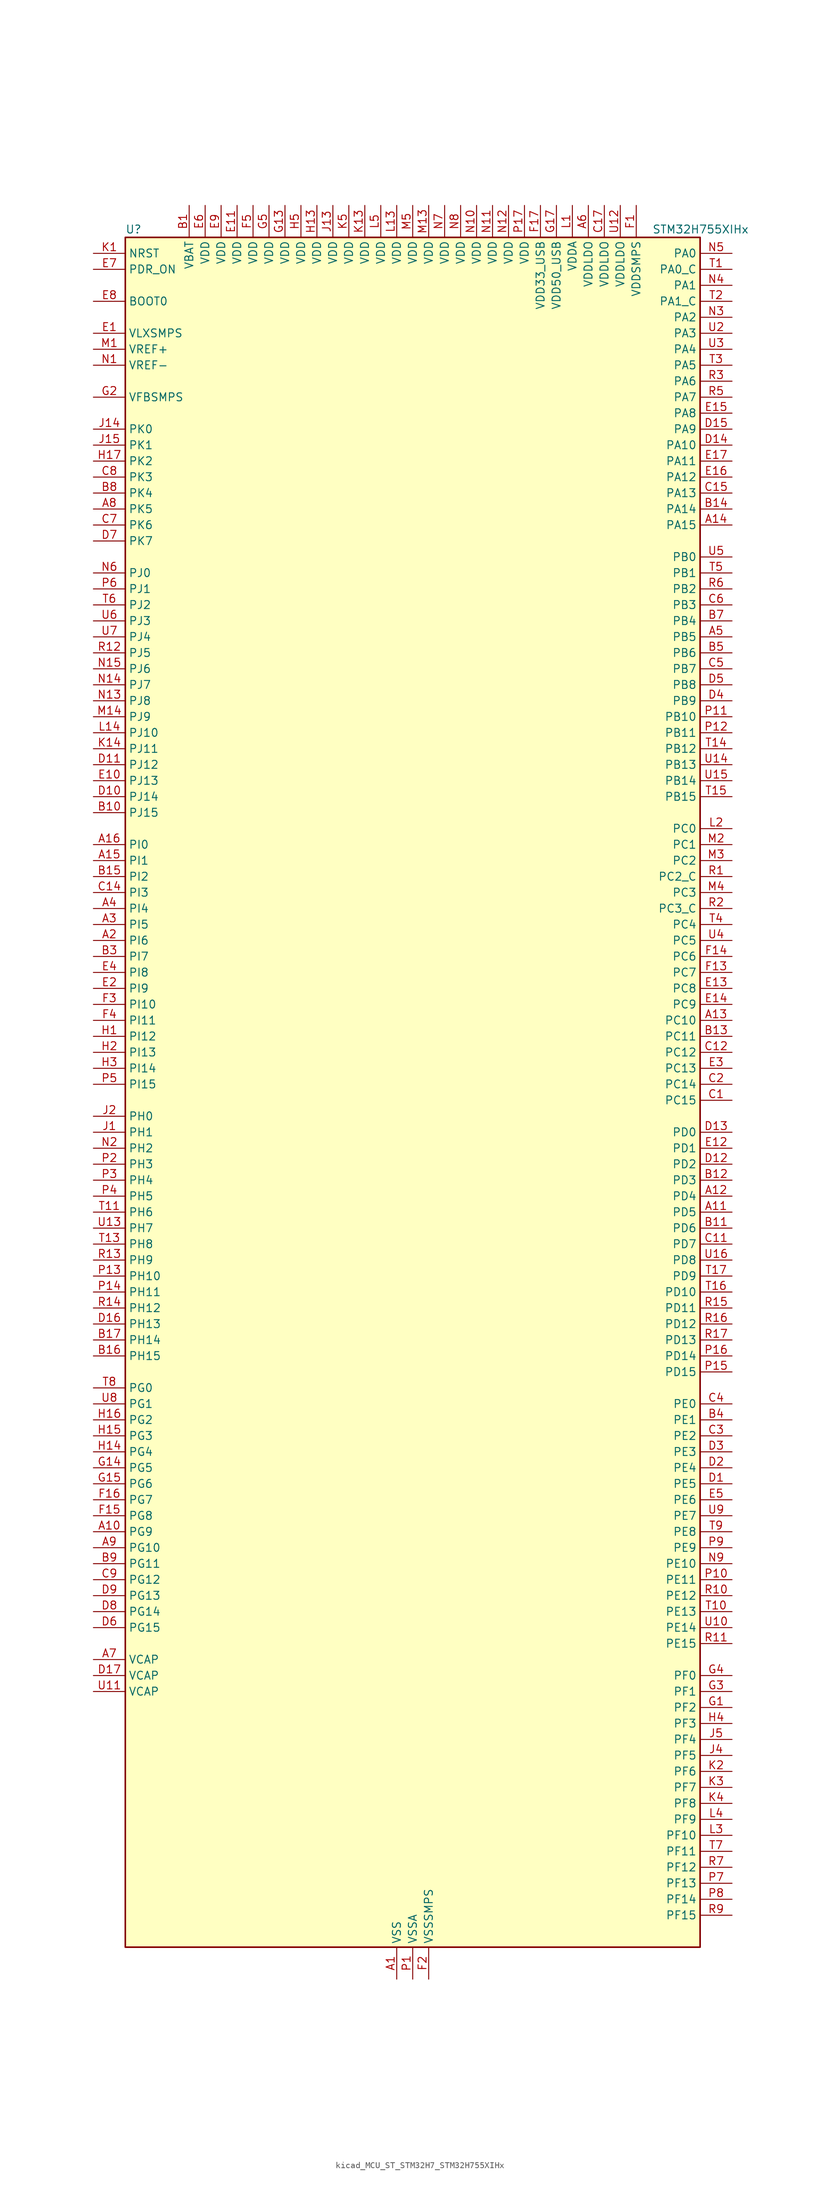
<source format=kicad_sym>
(kicad_symbol_lib
  (version 20220914)
  (generator kicad_symbol_editor)
  (symbol "kicad_MCU_ST_STM32H7_STM32H755XIHx"
    (property "Reference" "U"
      (at -45.72 138.43 0)
      (effects (font (size 1.27 1.27)) (justify left)))
    (property "Value" "STM32H755XIHx"
      (at 38.1 138.43 0)
      (effects (font (size 1.27 1.27)) (justify left)))
    (property "ki_locked" ""
      (at 0 0 0)
      (effects (font (size 1.27 1.27))))
    (symbol "kicad_MCU_ST_STM32H7_STM32H755XIHx_0_1"
      (rectangle (start -45.72 -134.62) (end 45.72 137.16) (stroke (width 0.254) (type default)) (fill (type background))))
    (symbol "kicad_MCU_ST_STM32H7_STM32H755XIHx_1_1"
      (pin power_in line (at -2.54 -139.7 90) (length 5.08) (name "VSS" (effects (font (size 1.27 1.27)))) (number "A1" (effects (font (size 1.27 1.27)))))
      (pin bidirectional line (at -50.8 -68.58 0) (length 5.08) (name "PG9" (effects (font (size 1.27 1.27)))) (number "A10" (effects (font (size 1.27 1.27)))) (alternate "DAC1_EXTI9" bidirectional line) (alternate "DCMI_VSYNC" bidirectional line) (alternate "FMC_NCE" bidirectional line) (alternate "FMC_NE2" bidirectional line) (alternate "I2S1_SDI" bidirectional line) (alternate "QUADSPI_BK2_IO2" bidirectional line) (alternate "SAI2_FS_B" bidirectional line) (alternate "SPDIFRX1_IN3" bidirectional line) (alternate "SPI1_MISO" bidirectional line) (alternate "USART6_RX" bidirectional line))
      (pin bidirectional line (at 50.8 -17.78 180) (length 5.08) (name "PD5" (effects (font (size 1.27 1.27)))) (number "A11" (effects (font (size 1.27 1.27)))) (alternate "FMC_NWE" bidirectional line) (alternate "HRTIM_EEV3" bidirectional line) (alternate "USART2_TX" bidirectional line))
      (pin bidirectional line (at 50.8 -15.24 180) (length 5.08) (name "PD4" (effects (font (size 1.27 1.27)))) (number "A12" (effects (font (size 1.27 1.27)))) (alternate "FMC_NOE" bidirectional line) (alternate "HRTIM_FLT3" bidirectional line) (alternate "SAI3_FS_A" bidirectional line) (alternate "USART2_DE" bidirectional line) (alternate "USART2_RTS" bidirectional line))
      (pin bidirectional line (at 50.8 12.7 180) (length 5.08) (name "PC10" (effects (font (size 1.27 1.27)))) (number "A13" (effects (font (size 1.27 1.27)))) (alternate "DCMI_D8" bidirectional line) (alternate "DFSDM1_CKIN5" bidirectional line) (alternate "HRTIM_EEV1" bidirectional line) (alternate "I2S3_CK" bidirectional line) (alternate "LTDC_R2" bidirectional line) (alternate "QUADSPI_BK1_IO1" bidirectional line) (alternate "SDMMC1_D2" bidirectional line) (alternate "SPI3_SCK" bidirectional line) (alternate "UART4_TX" bidirectional line) (alternate "USART3_TX" bidirectional line))
      (pin bidirectional line (at 50.8 91.44 180) (length 5.08) (name "PA15" (effects (font (size 1.27 1.27)))) (number "A14" (effects (font (size 1.27 1.27)))) (alternate "ADC1_EXTI15" bidirectional line) (alternate "ADC2_EXTI15" bidirectional line) (alternate "ADC3_EXTI15" bidirectional line) (alternate "CEC" bidirectional line) (alternate "DEBUG_JTDI" bidirectional line) (alternate "HRTIM_FLT1" bidirectional line) (alternate "I2S1_WS" bidirectional line) (alternate "I2S3_WS" bidirectional line) (alternate "SPI1_NSS" bidirectional line) (alternate "SPI3_NSS" bidirectional line) (alternate "SPI6_NSS" bidirectional line) (alternate "TIM2_CH1" bidirectional line) (alternate "TIM2_ETR" bidirectional line) (alternate "UART4_DE" bidirectional line) (alternate "UART4_RTS" bidirectional line) (alternate "UART7_TX" bidirectional line))
      (pin bidirectional line (at -50.8 38.1 0) (length 5.08) (name "PI1" (effects (font (size 1.27 1.27)))) (number "A15" (effects (font (size 1.27 1.27)))) (alternate "DCMI_D8" bidirectional line) (alternate "FMC_D25" bidirectional line) (alternate "I2S2_CK" bidirectional line) (alternate "LTDC_G6" bidirectional line) (alternate "SPI2_SCK" bidirectional line) (alternate "TIM8_BKIN2" bidirectional line) (alternate "TIM8_BKIN2_COMP1" bidirectional line) (alternate "TIM8_BKIN2_COMP2" bidirectional line))
      (pin bidirectional line (at -50.8 40.64 0) (length 5.08) (name "PI0" (effects (font (size 1.27 1.27)))) (number "A16" (effects (font (size 1.27 1.27)))) (alternate "DCMI_D13" bidirectional line) (alternate "FMC_D24" bidirectional line) (alternate "I2S2_WS" bidirectional line) (alternate "LTDC_G5" bidirectional line) (alternate "SPI2_NSS" bidirectional line) (alternate "TIM5_CH4" bidirectional line))
      (pin passive line (at -2.54 -139.7 90) (length 5.08) hide (name "VSS" (effects (font (size 1.27 1.27)))) (number "A17" (effects (font (size 1.27 1.27)))))
      (pin bidirectional line (at -50.8 25.4 0) (length 5.08) (name "PI6" (effects (font (size 1.27 1.27)))) (number "A2" (effects (font (size 1.27 1.27)))) (alternate "DCMI_D6" bidirectional line) (alternate "FMC_D28" bidirectional line) (alternate "LTDC_B6" bidirectional line) (alternate "SAI2_SD_A" bidirectional line) (alternate "TIM8_CH2" bidirectional line))
      (pin bidirectional line (at -50.8 27.94 0) (length 5.08) (name "PI5" (effects (font (size 1.27 1.27)))) (number "A3" (effects (font (size 1.27 1.27)))) (alternate "DCMI_VSYNC" bidirectional line) (alternate "FMC_NBL3" bidirectional line) (alternate "LTDC_B5" bidirectional line) (alternate "SAI2_SCK_A" bidirectional line) (alternate "TIM8_CH1" bidirectional line))
      (pin bidirectional line (at -50.8 30.48 0) (length 5.08) (name "PI4" (effects (font (size 1.27 1.27)))) (number "A4" (effects (font (size 1.27 1.27)))) (alternate "DCMI_D5" bidirectional line) (alternate "FMC_NBL2" bidirectional line) (alternate "LTDC_B4" bidirectional line) (alternate "SAI2_MCLK_A" bidirectional line) (alternate "TIM8_BKIN" bidirectional line) (alternate "TIM8_BKIN_COMP1" bidirectional line) (alternate "TIM8_BKIN_COMP2" bidirectional line))
      (pin bidirectional line (at 50.8 73.66 180) (length 5.08) (name "PB5" (effects (font (size 1.27 1.27)))) (number "A5" (effects (font (size 1.27 1.27)))) (alternate "DCMI_D10" bidirectional line) (alternate "ETH_PPS_OUT" bidirectional line) (alternate "FDCAN2_RX" bidirectional line) (alternate "FMC_SDCKE1" bidirectional line) (alternate "HRTIM_EEV7" bidirectional line) (alternate "I2C1_SMBA" bidirectional line) (alternate "I2C4_SMBA" bidirectional line) (alternate "I2S1_SDO" bidirectional line) (alternate "I2S3_SDO" bidirectional line) (alternate "SPI1_MOSI" bidirectional line) (alternate "SPI3_MOSI" bidirectional line) (alternate "SPI6_MOSI" bidirectional line) (alternate "TIM17_BKIN" bidirectional line) (alternate "TIM3_CH2" bidirectional line) (alternate "UART5_RX" bidirectional line) (alternate "USB_OTG_HS_ULPI_D7" bidirectional line))
      (pin power_in line (at 27.94 142.24 270) (length 5.08) (name "VDDLDO" (effects (font (size 1.27 1.27)))) (number "A6" (effects (font (size 1.27 1.27)))))
      (pin power_out line (at -50.8 -88.9 0) (length 5.08) (name "VCAP" (effects (font (size 1.27 1.27)))) (number "A7" (effects (font (size 1.27 1.27)))))
      (pin bidirectional line (at -50.8 93.98 0) (length 5.08) (name "PK5" (effects (font (size 1.27 1.27)))) (number "A8" (effects (font (size 1.27 1.27)))) (alternate "LTDC_B6" bidirectional line))
      (pin bidirectional line (at -50.8 -71.12 0) (length 5.08) (name "PG10" (effects (font (size 1.27 1.27)))) (number "A9" (effects (font (size 1.27 1.27)))) (alternate "DCMI_D2" bidirectional line) (alternate "FMC_NE3" bidirectional line) (alternate "HRTIM_FLT5" bidirectional line) (alternate "I2S1_WS" bidirectional line) (alternate "LTDC_B2" bidirectional line) (alternate "LTDC_G3" bidirectional line) (alternate "SAI2_SD_B" bidirectional line) (alternate "SPI1_NSS" bidirectional line))
      (pin power_in line (at -35.56 142.24 270) (length 5.08) (name "VBAT" (effects (font (size 1.27 1.27)))) (number "B1" (effects (font (size 1.27 1.27)))))
      (pin bidirectional line (at -50.8 45.72 0) (length 5.08) (name "PJ15" (effects (font (size 1.27 1.27)))) (number "B10" (effects (font (size 1.27 1.27)))) (alternate "ADC1_EXTI15" bidirectional line) (alternate "ADC2_EXTI15" bidirectional line) (alternate "ADC3_EXTI15" bidirectional line) (alternate "LTDC_B3" bidirectional line))
      (pin bidirectional line (at 50.8 -20.32 180) (length 5.08) (name "PD6" (effects (font (size 1.27 1.27)))) (number "B11" (effects (font (size 1.27 1.27)))) (alternate "DCMI_D10" bidirectional line) (alternate "DFSDM1_CKIN4" bidirectional line) (alternate "DFSDM1_DATIN1" bidirectional line) (alternate "FMC_NWAIT" bidirectional line) (alternate "I2S3_SDO" bidirectional line) (alternate "LTDC_B2" bidirectional line) (alternate "SAI1_D1" bidirectional line) (alternate "SAI1_SD_A" bidirectional line) (alternate "SAI4_D1" bidirectional line) (alternate "SAI4_SD_A" bidirectional line) (alternate "SDMMC2_CK" bidirectional line) (alternate "SPI3_MOSI" bidirectional line) (alternate "USART2_RX" bidirectional line))
      (pin bidirectional line (at 50.8 -12.7 180) (length 5.08) (name "PD3" (effects (font (size 1.27 1.27)))) (number "B12" (effects (font (size 1.27 1.27)))) (alternate "DCMI_D5" bidirectional line) (alternate "DFSDM1_CKOUT" bidirectional line) (alternate "FMC_CLK" bidirectional line) (alternate "I2S2_CK" bidirectional line) (alternate "LTDC_G7" bidirectional line) (alternate "SPI2_SCK" bidirectional line) (alternate "USART2_CTS" bidirectional line) (alternate "USART2_NSS" bidirectional line))
      (pin bidirectional line (at 50.8 10.16 180) (length 5.08) (name "PC11" (effects (font (size 1.27 1.27)))) (number "B13" (effects (font (size 1.27 1.27)))) (alternate "ADC1_EXTI11" bidirectional line) (alternate "ADC2_EXTI11" bidirectional line) (alternate "ADC3_EXTI11" bidirectional line) (alternate "DCMI_D4" bidirectional line) (alternate "DFSDM1_DATIN5" bidirectional line) (alternate "HRTIM_FLT2" bidirectional line) (alternate "I2S3_SDI" bidirectional line) (alternate "QUADSPI_BK2_NCS" bidirectional line) (alternate "SDMMC1_D3" bidirectional line) (alternate "SPI3_MISO" bidirectional line) (alternate "UART4_RX" bidirectional line) (alternate "USART3_RX" bidirectional line))
      (pin bidirectional line (at 50.8 93.98 180) (length 5.08) (name "PA14" (effects (font (size 1.27 1.27)))) (number "B14" (effects (font (size 1.27 1.27)))) (alternate "DEBUG_JTCK-SWCLK" bidirectional line))
      (pin bidirectional line (at -50.8 35.56 0) (length 5.08) (name "PI2" (effects (font (size 1.27 1.27)))) (number "B15" (effects (font (size 1.27 1.27)))) (alternate "DCMI_D9" bidirectional line) (alternate "FMC_D26" bidirectional line) (alternate "I2S2_SDI" bidirectional line) (alternate "LTDC_G7" bidirectional line) (alternate "SPI2_MISO" bidirectional line) (alternate "TIM8_CH4" bidirectional line))
      (pin bidirectional line (at -50.8 -40.64 0) (length 5.08) (name "PH15" (effects (font (size 1.27 1.27)))) (number "B16" (effects (font (size 1.27 1.27)))) (alternate "ADC1_EXTI15" bidirectional line) (alternate "ADC2_EXTI15" bidirectional line) (alternate "ADC3_EXTI15" bidirectional line) (alternate "DCMI_D11" bidirectional line) (alternate "FMC_D23" bidirectional line) (alternate "LTDC_G4" bidirectional line) (alternate "TIM8_CH3N" bidirectional line))
      (pin bidirectional line (at -50.8 -38.1 0) (length 5.08) (name "PH14" (effects (font (size 1.27 1.27)))) (number "B17" (effects (font (size 1.27 1.27)))) (alternate "DCMI_D4" bidirectional line) (alternate "FDCAN1_RX" bidirectional line) (alternate "FMC_D22" bidirectional line) (alternate "LTDC_G3" bidirectional line) (alternate "TIM8_CH2N" bidirectional line) (alternate "UART4_RX" bidirectional line))
      (pin passive line (at -2.54 -139.7 90) (length 5.08) hide (name "VSS" (effects (font (size 1.27 1.27)))) (number "B2" (effects (font (size 1.27 1.27)))))
      (pin bidirectional line (at -50.8 22.86 0) (length 5.08) (name "PI7" (effects (font (size 1.27 1.27)))) (number "B3" (effects (font (size 1.27 1.27)))) (alternate "DCMI_D7" bidirectional line) (alternate "FMC_D29" bidirectional line) (alternate "LTDC_B7" bidirectional line) (alternate "SAI2_FS_A" bidirectional line) (alternate "TIM8_CH3" bidirectional line))
      (pin bidirectional line (at 50.8 -50.8 180) (length 5.08) (name "PE1" (effects (font (size 1.27 1.27)))) (number "B4" (effects (font (size 1.27 1.27)))) (alternate "DCMI_D3" bidirectional line) (alternate "FMC_NBL1" bidirectional line) (alternate "HRTIM_SCOUT" bidirectional line) (alternate "LPTIM1_IN2" bidirectional line) (alternate "UART8_TX" bidirectional line))
      (pin bidirectional line (at 50.8 71.12 180) (length 5.08) (name "PB6" (effects (font (size 1.27 1.27)))) (number "B5" (effects (font (size 1.27 1.27)))) (alternate "CEC" bidirectional line) (alternate "DCMI_D5" bidirectional line) (alternate "DFSDM1_DATIN5" bidirectional line) (alternate "FDCAN2_TX" bidirectional line) (alternate "FMC_SDNE1" bidirectional line) (alternate "HRTIM_EEV8" bidirectional line) (alternate "I2C1_SCL" bidirectional line) (alternate "I2C4_SCL" bidirectional line) (alternate "LPUART1_TX" bidirectional line) (alternate "QUADSPI_BK1_NCS" bidirectional line) (alternate "TIM16_CH1N" bidirectional line) (alternate "TIM4_CH1" bidirectional line) (alternate "UART5_TX" bidirectional line) (alternate "USART1_TX" bidirectional line))
      (pin passive line (at -2.54 -139.7 90) (length 5.08) hide (name "VSS" (effects (font (size 1.27 1.27)))) (number "B6" (effects (font (size 1.27 1.27)))))
      (pin bidirectional line (at 50.8 76.2 180) (length 5.08) (name "PB4" (effects (font (size 1.27 1.27)))) (number "B7" (effects (font (size 1.27 1.27)))) (alternate "DEBUG_JTRST" bidirectional line) (alternate "HRTIM_EEV6" bidirectional line) (alternate "I2S1_SDI" bidirectional line) (alternate "I2S2_WS" bidirectional line) (alternate "I2S3_SDI" bidirectional line) (alternate "SDMMC2_D3" bidirectional line) (alternate "SPI1_MISO" bidirectional line) (alternate "SPI2_NSS" bidirectional line) (alternate "SPI3_MISO" bidirectional line) (alternate "SPI6_MISO" bidirectional line) (alternate "TIM16_BKIN" bidirectional line) (alternate "TIM3_CH1" bidirectional line) (alternate "UART7_TX" bidirectional line))
      (pin bidirectional line (at -50.8 96.52 0) (length 5.08) (name "PK4" (effects (font (size 1.27 1.27)))) (number "B8" (effects (font (size 1.27 1.27)))) (alternate "LTDC_B5" bidirectional line))
      (pin bidirectional line (at -50.8 -73.66 0) (length 5.08) (name "PG11" (effects (font (size 1.27 1.27)))) (number "B9" (effects (font (size 1.27 1.27)))) (alternate "ADC1_EXTI11" bidirectional line) (alternate "ADC2_EXTI11" bidirectional line) (alternate "ADC3_EXTI11" bidirectional line) (alternate "DCMI_D3" bidirectional line) (alternate "ETH_TX_EN" bidirectional line) (alternate "HRTIM_EEV4" bidirectional line) (alternate "I2S1_CK" bidirectional line) (alternate "LPTIM1_IN2" bidirectional line) (alternate "LTDC_B3" bidirectional line) (alternate "SDMMC2_D2" bidirectional line) (alternate "SPDIFRX1_IN0" bidirectional line) (alternate "SPI1_SCK" bidirectional line))
      (pin bidirectional line (at 50.8 0 180) (length 5.08) (name "PC15" (effects (font (size 1.27 1.27)))) (number "C1" (effects (font (size 1.27 1.27)))) (alternate "ADC1_EXTI15" bidirectional line) (alternate "ADC2_EXTI15" bidirectional line) (alternate "ADC3_EXTI15" bidirectional line) (alternate "RCC_OSC32_OUT" bidirectional line))
      (pin passive line (at -2.54 -139.7 90) (length 5.08) hide (name "VSS" (effects (font (size 1.27 1.27)))) (number "C10" (effects (font (size 1.27 1.27)))))
      (pin bidirectional line (at 50.8 -22.86 180) (length 5.08) (name "PD7" (effects (font (size 1.27 1.27)))) (number "C11" (effects (font (size 1.27 1.27)))) (alternate "DFSDM1_CKIN1" bidirectional line) (alternate "DFSDM1_DATIN4" bidirectional line) (alternate "FMC_NE1" bidirectional line) (alternate "I2S1_SDO" bidirectional line) (alternate "SDMMC2_CMD" bidirectional line) (alternate "SPDIFRX1_IN0" bidirectional line) (alternate "SPI1_MOSI" bidirectional line) (alternate "USART2_CK" bidirectional line))
      (pin bidirectional line (at 50.8 7.62 180) (length 5.08) (name "PC12" (effects (font (size 1.27 1.27)))) (number "C12" (effects (font (size 1.27 1.27)))) (alternate "DCMI_D9" bidirectional line) (alternate "DEBUG_TRACED3" bidirectional line) (alternate "HRTIM_EEV2" bidirectional line) (alternate "I2S3_SDO" bidirectional line) (alternate "SDMMC1_CK" bidirectional line) (alternate "SPI3_MOSI" bidirectional line) (alternate "UART5_TX" bidirectional line) (alternate "USART3_CK" bidirectional line))
      (pin passive line (at -2.54 -139.7 90) (length 5.08) hide (name "VSS" (effects (font (size 1.27 1.27)))) (number "C13" (effects (font (size 1.27 1.27)))))
      (pin bidirectional line (at -50.8 33.02 0) (length 5.08) (name "PI3" (effects (font (size 1.27 1.27)))) (number "C14" (effects (font (size 1.27 1.27)))) (alternate "DCMI_D10" bidirectional line) (alternate "FMC_D27" bidirectional line) (alternate "I2S2_SDO" bidirectional line) (alternate "SPI2_MOSI" bidirectional line) (alternate "TIM8_ETR" bidirectional line))
      (pin bidirectional line (at 50.8 96.52 180) (length 5.08) (name "PA13" (effects (font (size 1.27 1.27)))) (number "C15" (effects (font (size 1.27 1.27)))) (alternate "DEBUG_JTMS-SWDIO" bidirectional line))
      (pin passive line (at -2.54 -139.7 90) (length 5.08) hide (name "VSS" (effects (font (size 1.27 1.27)))) (number "C16" (effects (font (size 1.27 1.27)))))
      (pin power_in line (at 30.48 142.24 270) (length 5.08) (name "VDDLDO" (effects (font (size 1.27 1.27)))) (number "C17" (effects (font (size 1.27 1.27)))))
      (pin bidirectional line (at 50.8 2.54 180) (length 5.08) (name "PC14" (effects (font (size 1.27 1.27)))) (number "C2" (effects (font (size 1.27 1.27)))) (alternate "RCC_OSC32_IN" bidirectional line))
      (pin bidirectional line (at 50.8 -53.34 180) (length 5.08) (name "PE2" (effects (font (size 1.27 1.27)))) (number "C3" (effects (font (size 1.27 1.27)))) (alternate "DEBUG_TRACECLK" bidirectional line) (alternate "ETH_TXD3" bidirectional line) (alternate "FMC_A23" bidirectional line) (alternate "QUADSPI_BK1_IO2" bidirectional line) (alternate "SAI1_CK1" bidirectional line) (alternate "SAI1_MCLK_A" bidirectional line) (alternate "SAI4_CK1" bidirectional line) (alternate "SAI4_MCLK_A" bidirectional line) (alternate "SPI4_SCK" bidirectional line))
      (pin bidirectional line (at 50.8 -48.26 180) (length 5.08) (name "PE0" (effects (font (size 1.27 1.27)))) (number "C4" (effects (font (size 1.27 1.27)))) (alternate "DCMI_D2" bidirectional line) (alternate "FMC_NBL0" bidirectional line) (alternate "HRTIM_SCIN" bidirectional line) (alternate "LPTIM1_ETR" bidirectional line) (alternate "LPTIM2_ETR" bidirectional line) (alternate "SAI2_MCLK_A" bidirectional line) (alternate "TIM4_ETR" bidirectional line) (alternate "UART8_RX" bidirectional line))
      (pin bidirectional line (at 50.8 68.58 180) (length 5.08) (name "PB7" (effects (font (size 1.27 1.27)))) (number "C5" (effects (font (size 1.27 1.27)))) (alternate "DCMI_VSYNC" bidirectional line) (alternate "DFSDM1_CKIN5" bidirectional line) (alternate "FMC_NL" bidirectional line) (alternate "HRTIM_EEV9" bidirectional line) (alternate "I2C1_SDA" bidirectional line) (alternate "I2C4_SDA" bidirectional line) (alternate "LPUART1_RX" bidirectional line) (alternate "PWR_PVD_IN" bidirectional line) (alternate "TIM17_CH1N" bidirectional line) (alternate "TIM4_CH2" bidirectional line) (alternate "USART1_RX" bidirectional line))
      (pin bidirectional line (at 50.8 78.74 180) (length 5.08) (name "PB3" (effects (font (size 1.27 1.27)))) (number "C6" (effects (font (size 1.27 1.27)))) (alternate "CRS_SYNC" bidirectional line) (alternate "DEBUG_JTDO-SWO" bidirectional line) (alternate "HRTIM_FLT4" bidirectional line) (alternate "I2S1_CK" bidirectional line) (alternate "I2S3_CK" bidirectional line) (alternate "SDMMC2_D2" bidirectional line) (alternate "SPI1_SCK" bidirectional line) (alternate "SPI3_SCK" bidirectional line) (alternate "SPI6_SCK" bidirectional line) (alternate "TIM2_CH2" bidirectional line) (alternate "UART7_RX" bidirectional line))
      (pin bidirectional line (at -50.8 91.44 0) (length 5.08) (name "PK6" (effects (font (size 1.27 1.27)))) (number "C7" (effects (font (size 1.27 1.27)))) (alternate "LTDC_B7" bidirectional line))
      (pin bidirectional line (at -50.8 99.06 0) (length 5.08) (name "PK3" (effects (font (size 1.27 1.27)))) (number "C8" (effects (font (size 1.27 1.27)))) (alternate "LTDC_B4" bidirectional line))
      (pin bidirectional line (at -50.8 -76.2 0) (length 5.08) (name "PG12" (effects (font (size 1.27 1.27)))) (number "C9" (effects (font (size 1.27 1.27)))) (alternate "ETH_TXD1" bidirectional line) (alternate "FMC_NE4" bidirectional line) (alternate "HRTIM_EEV5" bidirectional line) (alternate "LPTIM1_IN1" bidirectional line) (alternate "LTDC_B1" bidirectional line) (alternate "LTDC_B4" bidirectional line) (alternate "SPDIFRX1_IN1" bidirectional line) (alternate "SPI6_MISO" bidirectional line) (alternate "USART6_DE" bidirectional line) (alternate "USART6_RTS" bidirectional line))
      (pin bidirectional line (at 50.8 -60.96 180) (length 5.08) (name "PE5" (effects (font (size 1.27 1.27)))) (number "D1" (effects (font (size 1.27 1.27)))) (alternate "DCMI_D6" bidirectional line) (alternate "DEBUG_TRACED2" bidirectional line) (alternate "DFSDM1_CKIN3" bidirectional line) (alternate "FMC_A21" bidirectional line) (alternate "LTDC_G0" bidirectional line) (alternate "SAI1_CK2" bidirectional line) (alternate "SAI1_SCK_A" bidirectional line) (alternate "SAI4_CK2" bidirectional line) (alternate "SAI4_SCK_A" bidirectional line) (alternate "SPI4_MISO" bidirectional line) (alternate "TIM15_CH1" bidirectional line))
      (pin bidirectional line (at -50.8 48.26 0) (length 5.08) (name "PJ14" (effects (font (size 1.27 1.27)))) (number "D10" (effects (font (size 1.27 1.27)))) (alternate "LTDC_B2" bidirectional line))
      (pin bidirectional line (at -50.8 53.34 0) (length 5.08) (name "PJ12" (effects (font (size 1.27 1.27)))) (number "D11" (effects (font (size 1.27 1.27)))) (alternate "DEBUG_TRGOUT" bidirectional line) (alternate "LTDC_B0" bidirectional line) (alternate "LTDC_G3" bidirectional line))
      (pin bidirectional line (at 50.8 -10.16 180) (length 5.08) (name "PD2" (effects (font (size 1.27 1.27)))) (number "D12" (effects (font (size 1.27 1.27)))) (alternate "DCMI_D11" bidirectional line) (alternate "DEBUG_TRACED2" bidirectional line) (alternate "SDMMC1_CMD" bidirectional line) (alternate "TIM3_ETR" bidirectional line) (alternate "UART5_RX" bidirectional line))
      (pin bidirectional line (at 50.8 -5.08 180) (length 5.08) (name "PD0" (effects (font (size 1.27 1.27)))) (number "D13" (effects (font (size 1.27 1.27)))) (alternate "DFSDM1_CKIN6" bidirectional line) (alternate "FDCAN1_RX" bidirectional line) (alternate "FMC_D2" bidirectional line) (alternate "FMC_DA2" bidirectional line) (alternate "SAI3_SCK_A" bidirectional line) (alternate "UART4_RX" bidirectional line))
      (pin bidirectional line (at 50.8 104.14 180) (length 5.08) (name "PA10" (effects (font (size 1.27 1.27)))) (number "D14" (effects (font (size 1.27 1.27)))) (alternate "DCMI_D1" bidirectional line) (alternate "HRTIM_CHC2" bidirectional line) (alternate "LPUART1_RX" bidirectional line) (alternate "LTDC_B1" bidirectional line) (alternate "LTDC_B4" bidirectional line) (alternate "MDIOS_MDIO" bidirectional line) (alternate "TIM1_CH3" bidirectional line) (alternate "USART1_RX" bidirectional line) (alternate "USB_OTG_FS_ID" bidirectional line))
      (pin bidirectional line (at 50.8 106.68 180) (length 5.08) (name "PA9" (effects (font (size 1.27 1.27)))) (number "D15" (effects (font (size 1.27 1.27)))) (alternate "DAC1_EXTI9" bidirectional line) (alternate "DCMI_D0" bidirectional line) (alternate "HRTIM_CHC1" bidirectional line) (alternate "I2C3_SMBA" bidirectional line) (alternate "I2S2_CK" bidirectional line) (alternate "LPUART1_TX" bidirectional line) (alternate "LTDC_R5" bidirectional line) (alternate "SPI2_SCK" bidirectional line) (alternate "TIM1_CH2" bidirectional line) (alternate "USART1_TX" bidirectional line) (alternate "USB_OTG_FS_VBUS" bidirectional line))
      (pin bidirectional line (at -50.8 -35.56 0) (length 5.08) (name "PH13" (effects (font (size 1.27 1.27)))) (number "D16" (effects (font (size 1.27 1.27)))) (alternate "FDCAN1_TX" bidirectional line) (alternate "FMC_D21" bidirectional line) (alternate "LTDC_G2" bidirectional line) (alternate "TIM8_CH1N" bidirectional line) (alternate "UART4_TX" bidirectional line))
      (pin power_out line (at -50.8 -91.44 0) (length 5.08) (name "VCAP" (effects (font (size 1.27 1.27)))) (number "D17" (effects (font (size 1.27 1.27)))))
      (pin bidirectional line (at 50.8 -58.42 180) (length 5.08) (name "PE4" (effects (font (size 1.27 1.27)))) (number "D2" (effects (font (size 1.27 1.27)))) (alternate "DCMI_D4" bidirectional line) (alternate "DEBUG_TRACED1" bidirectional line) (alternate "DFSDM1_DATIN3" bidirectional line) (alternate "FMC_A20" bidirectional line) (alternate "LTDC_B0" bidirectional line) (alternate "SAI1_D2" bidirectional line) (alternate "SAI1_FS_A" bidirectional line) (alternate "SAI4_D2" bidirectional line) (alternate "SAI4_FS_A" bidirectional line) (alternate "SPI4_NSS" bidirectional line) (alternate "TIM15_CH1N" bidirectional line))
      (pin bidirectional line (at 50.8 -55.88 180) (length 5.08) (name "PE3" (effects (font (size 1.27 1.27)))) (number "D3" (effects (font (size 1.27 1.27)))) (alternate "DEBUG_TRACED0" bidirectional line) (alternate "FMC_A19" bidirectional line) (alternate "SAI1_SD_B" bidirectional line) (alternate "SAI4_SD_B" bidirectional line) (alternate "TIM15_BKIN" bidirectional line))
      (pin bidirectional line (at 50.8 63.5 180) (length 5.08) (name "PB9" (effects (font (size 1.27 1.27)))) (number "D4" (effects (font (size 1.27 1.27)))) (alternate "DAC1_EXTI9" bidirectional line) (alternate "DCMI_D7" bidirectional line) (alternate "DFSDM1_DATIN7" bidirectional line) (alternate "FDCAN1_TX" bidirectional line) (alternate "I2C1_SDA" bidirectional line) (alternate "I2C4_SDA" bidirectional line) (alternate "I2C4_SMBA" bidirectional line) (alternate "I2S2_WS" bidirectional line) (alternate "LTDC_B7" bidirectional line) (alternate "SDMMC1_CDIR" bidirectional line) (alternate "SDMMC1_D5" bidirectional line) (alternate "SDMMC2_D5" bidirectional line) (alternate "SPI2_NSS" bidirectional line) (alternate "TIM17_CH1" bidirectional line) (alternate "TIM4_CH4" bidirectional line) (alternate "UART4_TX" bidirectional line))
      (pin bidirectional line (at 50.8 66.04 180) (length 5.08) (name "PB8" (effects (font (size 1.27 1.27)))) (number "D5" (effects (font (size 1.27 1.27)))) (alternate "DCMI_D6" bidirectional line) (alternate "DFSDM1_CKIN7" bidirectional line) (alternate "ETH_TXD3" bidirectional line) (alternate "FDCAN1_RX" bidirectional line) (alternate "I2C1_SCL" bidirectional line) (alternate "I2C4_SCL" bidirectional line) (alternate "LTDC_B6" bidirectional line) (alternate "SDMMC1_CKIN" bidirectional line) (alternate "SDMMC1_D4" bidirectional line) (alternate "SDMMC2_D4" bidirectional line) (alternate "TIM16_CH1" bidirectional line) (alternate "TIM4_CH3" bidirectional line) (alternate "UART4_RX" bidirectional line))
      (pin bidirectional line (at -50.8 -83.82 0) (length 5.08) (name "PG15" (effects (font (size 1.27 1.27)))) (number "D6" (effects (font (size 1.27 1.27)))) (alternate "ADC1_EXTI15" bidirectional line) (alternate "ADC2_EXTI15" bidirectional line) (alternate "ADC3_EXTI15" bidirectional line) (alternate "DCMI_D13" bidirectional line) (alternate "FMC_SDNCAS" bidirectional line) (alternate "USART6_CTS" bidirectional line) (alternate "USART6_NSS" bidirectional line))
      (pin bidirectional line (at -50.8 88.9 0) (length 5.08) (name "PK7" (effects (font (size 1.27 1.27)))) (number "D7" (effects (font (size 1.27 1.27)))) (alternate "LTDC_DE" bidirectional line))
      (pin bidirectional line (at -50.8 -81.28 0) (length 5.08) (name "PG14" (effects (font (size 1.27 1.27)))) (number "D8" (effects (font (size 1.27 1.27)))) (alternate "DEBUG_TRACED1" bidirectional line) (alternate "ETH_TXD1" bidirectional line) (alternate "FMC_A25" bidirectional line) (alternate "LPTIM1_ETR" bidirectional line) (alternate "LTDC_B0" bidirectional line) (alternate "QUADSPI_BK2_IO3" bidirectional line) (alternate "SPI6_MOSI" bidirectional line) (alternate "USART6_TX" bidirectional line))
      (pin bidirectional line (at -50.8 -78.74 0) (length 5.08) (name "PG13" (effects (font (size 1.27 1.27)))) (number "D9" (effects (font (size 1.27 1.27)))) (alternate "DEBUG_TRACED0" bidirectional line) (alternate "ETH_TXD0" bidirectional line) (alternate "FMC_A24" bidirectional line) (alternate "HRTIM_EEV10" bidirectional line) (alternate "LPTIM1_OUT" bidirectional line) (alternate "LTDC_R0" bidirectional line) (alternate "SPI6_SCK" bidirectional line) (alternate "USART6_CTS" bidirectional line) (alternate "USART6_NSS" bidirectional line))
      (pin power_in line (at -50.8 121.92 0) (length 5.08) (name "VLXSMPS" (effects (font (size 1.27 1.27)))) (number "E1" (effects (font (size 1.27 1.27)))))
      (pin bidirectional line (at -50.8 50.8 0) (length 5.08) (name "PJ13" (effects (font (size 1.27 1.27)))) (number "E10" (effects (font (size 1.27 1.27)))) (alternate "LTDC_B1" bidirectional line) (alternate "LTDC_B4" bidirectional line))
      (pin power_in line (at -27.94 142.24 270) (length 5.08) (name "VDD" (effects (font (size 1.27 1.27)))) (number "E11" (effects (font (size 1.27 1.27)))))
      (pin bidirectional line (at 50.8 -7.62 180) (length 5.08) (name "PD1" (effects (font (size 1.27 1.27)))) (number "E12" (effects (font (size 1.27 1.27)))) (alternate "DFSDM1_DATIN6" bidirectional line) (alternate "FDCAN1_TX" bidirectional line) (alternate "FMC_D3" bidirectional line) (alternate "FMC_DA3" bidirectional line) (alternate "SAI3_SD_A" bidirectional line) (alternate "UART4_TX" bidirectional line))
      (pin bidirectional line (at 50.8 17.78 180) (length 5.08) (name "PC8" (effects (font (size 1.27 1.27)))) (number "E13" (effects (font (size 1.27 1.27)))) (alternate "DCMI_D2" bidirectional line) (alternate "DEBUG_TRACED1" bidirectional line) (alternate "FMC_NCE" bidirectional line) (alternate "FMC_NE2" bidirectional line) (alternate "HRTIM_CHB1" bidirectional line) (alternate "SDMMC1_D0" bidirectional line) (alternate "SWPMI1_RX" bidirectional line) (alternate "TIM3_CH3" bidirectional line) (alternate "TIM8_CH3" bidirectional line) (alternate "UART5_DE" bidirectional line) (alternate "UART5_RTS" bidirectional line) (alternate "USART6_CK" bidirectional line))
      (pin bidirectional line (at 50.8 15.24 180) (length 5.08) (name "PC9" (effects (font (size 1.27 1.27)))) (number "E14" (effects (font (size 1.27 1.27)))) (alternate "DAC1_EXTI9" bidirectional line) (alternate "DCMI_D3" bidirectional line) (alternate "I2C3_SDA" bidirectional line) (alternate "I2S_CKIN" bidirectional line) (alternate "LTDC_B2" bidirectional line) (alternate "LTDC_G3" bidirectional line) (alternate "QUADSPI_BK1_IO0" bidirectional line) (alternate "RCC_MCO_2" bidirectional line) (alternate "SDMMC1_D1" bidirectional line) (alternate "SWPMI1_SUSPEND" bidirectional line) (alternate "TIM3_CH4" bidirectional line) (alternate "TIM8_CH4" bidirectional line) (alternate "UART5_CTS" bidirectional line))
      (pin bidirectional line (at 50.8 109.22 180) (length 5.08) (name "PA8" (effects (font (size 1.27 1.27)))) (number "E15" (effects (font (size 1.27 1.27)))) (alternate "HRTIM_CHB2" bidirectional line) (alternate "I2C3_SCL" bidirectional line) (alternate "LTDC_B3" bidirectional line) (alternate "LTDC_R6" bidirectional line) (alternate "RCC_MCO_1" bidirectional line) (alternate "TIM1_CH1" bidirectional line) (alternate "TIM8_BKIN2" bidirectional line) (alternate "TIM8_BKIN2_COMP1" bidirectional line) (alternate "TIM8_BKIN2_COMP2" bidirectional line) (alternate "UART7_RX" bidirectional line) (alternate "USART1_CK" bidirectional line) (alternate "USB_OTG_FS_SOF" bidirectional line))
      (pin bidirectional line (at 50.8 99.06 180) (length 5.08) (name "PA12" (effects (font (size 1.27 1.27)))) (number "E16" (effects (font (size 1.27 1.27)))) (alternate "FDCAN1_TX" bidirectional line) (alternate "HRTIM_CHD2" bidirectional line) (alternate "I2S2_CK" bidirectional line) (alternate "LPUART1_DE" bidirectional line) (alternate "LPUART1_RTS" bidirectional line) (alternate "LTDC_R5" bidirectional line) (alternate "SAI2_FS_B" bidirectional line) (alternate "SPI2_SCK" bidirectional line) (alternate "TIM1_ETR" bidirectional line) (alternate "UART4_TX" bidirectional line) (alternate "USART1_DE" bidirectional line) (alternate "USART1_RTS" bidirectional line) (alternate "USB_OTG_FS_DP" bidirectional line))
      (pin bidirectional line (at 50.8 101.6 180) (length 5.08) (name "PA11" (effects (font (size 1.27 1.27)))) (number "E17" (effects (font (size 1.27 1.27)))) (alternate "ADC1_EXTI11" bidirectional line) (alternate "ADC2_EXTI11" bidirectional line) (alternate "ADC3_EXTI11" bidirectional line) (alternate "FDCAN1_RX" bidirectional line) (alternate "HRTIM_CHD1" bidirectional line) (alternate "I2S2_WS" bidirectional line) (alternate "LPUART1_CTS" bidirectional line) (alternate "LTDC_R4" bidirectional line) (alternate "SPI2_NSS" bidirectional line) (alternate "TIM1_CH4" bidirectional line) (alternate "UART4_RX" bidirectional line) (alternate "USART1_CTS" bidirectional line) (alternate "USART1_NSS" bidirectional line) (alternate "USB_OTG_FS_DM" bidirectional line))
      (pin bidirectional line (at -50.8 17.78 0) (length 5.08) (name "PI9" (effects (font (size 1.27 1.27)))) (number "E2" (effects (font (size 1.27 1.27)))) (alternate "DAC1_EXTI9" bidirectional line) (alternate "FDCAN1_RX" bidirectional line) (alternate "FMC_D30" bidirectional line) (alternate "LTDC_VSYNC" bidirectional line) (alternate "UART4_RX" bidirectional line))
      (pin bidirectional line (at 50.8 5.08 180) (length 5.08) (name "PC13" (effects (font (size 1.27 1.27)))) (number "E3" (effects (font (size 1.27 1.27)))) (alternate "PWR_WKUP2" bidirectional line) (alternate "RTC_OUT_ALARM" bidirectional line) (alternate "RTC_OUT_CALIB" bidirectional line) (alternate "RTC_TAMP1" bidirectional line) (alternate "RTC_TS" bidirectional line))
      (pin bidirectional line (at -50.8 20.32 0) (length 5.08) (name "PI8" (effects (font (size 1.27 1.27)))) (number "E4" (effects (font (size 1.27 1.27)))) (alternate "PWR_WKUP3" bidirectional line) (alternate "RTC_TAMP2" bidirectional line))
      (pin bidirectional line (at 50.8 -63.5 180) (length 5.08) (name "PE6" (effects (font (size 1.27 1.27)))) (number "E5" (effects (font (size 1.27 1.27)))) (alternate "DCMI_D7" bidirectional line) (alternate "DEBUG_TRACED3" bidirectional line) (alternate "FMC_A22" bidirectional line) (alternate "LTDC_G1" bidirectional line) (alternate "SAI1_D1" bidirectional line) (alternate "SAI1_SD_A" bidirectional line) (alternate "SAI2_MCLK_B" bidirectional line) (alternate "SAI4_D1" bidirectional line) (alternate "SAI4_SD_A" bidirectional line) (alternate "SPI4_MOSI" bidirectional line) (alternate "TIM15_CH2" bidirectional line) (alternate "TIM1_BKIN2" bidirectional line) (alternate "TIM1_BKIN2_COMP1" bidirectional line) (alternate "TIM1_BKIN2_COMP2" bidirectional line))
      (pin power_in line (at -33.02 142.24 270) (length 5.08) (name "VDD" (effects (font (size 1.27 1.27)))) (number "E6" (effects (font (size 1.27 1.27)))))
      (pin input line (at -50.8 132.08 0) (length 5.08) (name "PDR_ON" (effects (font (size 1.27 1.27)))) (number "E7" (effects (font (size 1.27 1.27)))))
      (pin input line (at -50.8 127 0) (length 5.08) (name "BOOT0" (effects (font (size 1.27 1.27)))) (number "E8" (effects (font (size 1.27 1.27)))))
      (pin power_in line (at -30.48 142.24 270) (length 5.08) (name "VDD" (effects (font (size 1.27 1.27)))) (number "E9" (effects (font (size 1.27 1.27)))))
      (pin power_in line (at 35.56 142.24 270) (length 5.08) (name "VDDSMPS" (effects (font (size 1.27 1.27)))) (number "F1" (effects (font (size 1.27 1.27)))))
      (pin bidirectional line (at 50.8 20.32 180) (length 5.08) (name "PC7" (effects (font (size 1.27 1.27)))) (number "F13" (effects (font (size 1.27 1.27)))) (alternate "DCMI_D1" bidirectional line) (alternate "DEBUG_TRGIO" bidirectional line) (alternate "DFSDM1_DATIN3" bidirectional line) (alternate "FMC_NE1" bidirectional line) (alternate "HRTIM_CHA2" bidirectional line) (alternate "I2S3_MCK" bidirectional line) (alternate "LTDC_G6" bidirectional line) (alternate "SDMMC1_D123DIR" bidirectional line) (alternate "SDMMC1_D7" bidirectional line) (alternate "SDMMC2_D7" bidirectional line) (alternate "SWPMI1_TX" bidirectional line) (alternate "TIM3_CH2" bidirectional line) (alternate "TIM8_CH2" bidirectional line) (alternate "USART6_RX" bidirectional line))
      (pin bidirectional line (at 50.8 22.86 180) (length 5.08) (name "PC6" (effects (font (size 1.27 1.27)))) (number "F14" (effects (font (size 1.27 1.27)))) (alternate "DCMI_D0" bidirectional line) (alternate "DFSDM1_CKIN3" bidirectional line) (alternate "FMC_NWAIT" bidirectional line) (alternate "HRTIM_CHA1" bidirectional line) (alternate "I2S2_MCK" bidirectional line) (alternate "LTDC_HSYNC" bidirectional line) (alternate "SDMMC1_D0DIR" bidirectional line) (alternate "SDMMC1_D6" bidirectional line) (alternate "SDMMC2_D6" bidirectional line) (alternate "SWPMI1_IO" bidirectional line) (alternate "TIM3_CH1" bidirectional line) (alternate "TIM8_CH1" bidirectional line) (alternate "USART6_TX" bidirectional line))
      (pin bidirectional line (at -50.8 -66.04 0) (length 5.08) (name "PG8" (effects (font (size 1.27 1.27)))) (number "F15" (effects (font (size 1.27 1.27)))) (alternate "ETH_PPS_OUT" bidirectional line) (alternate "FMC_SDCLK" bidirectional line) (alternate "LTDC_G7" bidirectional line) (alternate "SPDIFRX1_IN2" bidirectional line) (alternate "SPI6_NSS" bidirectional line) (alternate "TIM8_ETR" bidirectional line) (alternate "USART6_DE" bidirectional line) (alternate "USART6_RTS" bidirectional line))
      (pin bidirectional line (at -50.8 -63.5 0) (length 5.08) (name "PG7" (effects (font (size 1.27 1.27)))) (number "F16" (effects (font (size 1.27 1.27)))) (alternate "DCMI_D13" bidirectional line) (alternate "FMC_INT" bidirectional line) (alternate "HRTIM_CHE2" bidirectional line) (alternate "LTDC_CLK" bidirectional line) (alternate "SAI1_MCLK_A" bidirectional line) (alternate "USART6_CK" bidirectional line))
      (pin power_in line (at 20.32 142.24 270) (length 5.08) (name "VDD33_USB" (effects (font (size 1.27 1.27)))) (number "F17" (effects (font (size 1.27 1.27)))))
      (pin power_in line (at 2.54 -139.7 90) (length 5.08) (name "VSSSMPS" (effects (font (size 1.27 1.27)))) (number "F2" (effects (font (size 1.27 1.27)))))
      (pin bidirectional line (at -50.8 15.24 0) (length 5.08) (name "PI10" (effects (font (size 1.27 1.27)))) (number "F3" (effects (font (size 1.27 1.27)))) (alternate "ETH_RX_ER" bidirectional line) (alternate "FMC_D31" bidirectional line) (alternate "LTDC_HSYNC" bidirectional line))
      (pin bidirectional line (at -50.8 12.7 0) (length 5.08) (name "PI11" (effects (font (size 1.27 1.27)))) (number "F4" (effects (font (size 1.27 1.27)))) (alternate "ADC1_EXTI11" bidirectional line) (alternate "ADC2_EXTI11" bidirectional line) (alternate "ADC3_EXTI11" bidirectional line) (alternate "LTDC_G6" bidirectional line) (alternate "PWR_WKUP4" bidirectional line) (alternate "USB_OTG_HS_ULPI_DIR" bidirectional line))
      (pin power_in line (at -25.4 142.24 270) (length 5.08) (name "VDD" (effects (font (size 1.27 1.27)))) (number "F5" (effects (font (size 1.27 1.27)))))
      (pin bidirectional line (at 50.8 -96.52 180) (length 5.08) (name "PF2" (effects (font (size 1.27 1.27)))) (number "G1" (effects (font (size 1.27 1.27)))) (alternate "FMC_A2" bidirectional line) (alternate "I2C2_SMBA" bidirectional line))
      (pin passive line (at -2.54 -139.7 90) (length 5.08) hide (name "VSS" (effects (font (size 1.27 1.27)))) (number "G10" (effects (font (size 1.27 1.27)))))
      (pin passive line (at -2.54 -139.7 90) (length 5.08) hide (name "VSS" (effects (font (size 1.27 1.27)))) (number "G11" (effects (font (size 1.27 1.27)))))
      (pin power_in line (at -20.32 142.24 270) (length 5.08) (name "VDD" (effects (font (size 1.27 1.27)))) (number "G13" (effects (font (size 1.27 1.27)))))
      (pin bidirectional line (at -50.8 -58.42 0) (length 5.08) (name "PG5" (effects (font (size 1.27 1.27)))) (number "G14" (effects (font (size 1.27 1.27)))) (alternate "FMC_A15" bidirectional line) (alternate "FMC_BA1" bidirectional line) (alternate "TIM1_ETR" bidirectional line))
      (pin bidirectional line (at -50.8 -60.96 0) (length 5.08) (name "PG6" (effects (font (size 1.27 1.27)))) (number "G15" (effects (font (size 1.27 1.27)))) (alternate "DCMI_D12" bidirectional line) (alternate "FMC_NE3" bidirectional line) (alternate "HRTIM_CHE1" bidirectional line) (alternate "LTDC_R7" bidirectional line) (alternate "QUADSPI_BK1_NCS" bidirectional line) (alternate "TIM17_BKIN" bidirectional line))
      (pin passive line (at -2.54 -139.7 90) (length 5.08) hide (name "VSS" (effects (font (size 1.27 1.27)))) (number "G16" (effects (font (size 1.27 1.27)))))
      (pin power_in line (at 22.86 142.24 270) (length 5.08) (name "VDD50_USB" (effects (font (size 1.27 1.27)))) (number "G17" (effects (font (size 1.27 1.27)))))
      (pin input line (at -50.8 111.76 0) (length 5.08) (name "VFBSMPS" (effects (font (size 1.27 1.27)))) (number "G2" (effects (font (size 1.27 1.27)))))
      (pin bidirectional line (at 50.8 -93.98 180) (length 5.08) (name "PF1" (effects (font (size 1.27 1.27)))) (number "G3" (effects (font (size 1.27 1.27)))) (alternate "FMC_A1" bidirectional line) (alternate "I2C2_SCL" bidirectional line))
      (pin bidirectional line (at 50.8 -91.44 180) (length 5.08) (name "PF0" (effects (font (size 1.27 1.27)))) (number "G4" (effects (font (size 1.27 1.27)))) (alternate "FMC_A0" bidirectional line) (alternate "I2C2_SDA" bidirectional line))
      (pin power_in line (at -22.86 142.24 270) (length 5.08) (name "VDD" (effects (font (size 1.27 1.27)))) (number "G5" (effects (font (size 1.27 1.27)))))
      (pin passive line (at -2.54 -139.7 90) (length 5.08) hide (name "VSS" (effects (font (size 1.27 1.27)))) (number "G7" (effects (font (size 1.27 1.27)))))
      (pin passive line (at -2.54 -139.7 90) (length 5.08) hide (name "VSS" (effects (font (size 1.27 1.27)))) (number "G8" (effects (font (size 1.27 1.27)))))
      (pin passive line (at -2.54 -139.7 90) (length 5.08) hide (name "VSS" (effects (font (size 1.27 1.27)))) (number "G9" (effects (font (size 1.27 1.27)))))
      (pin bidirectional line (at -50.8 10.16 0) (length 5.08) (name "PI12" (effects (font (size 1.27 1.27)))) (number "H1" (effects (font (size 1.27 1.27)))) (alternate "LTDC_HSYNC" bidirectional line))
      (pin passive line (at -2.54 -139.7 90) (length 5.08) hide (name "VSS" (effects (font (size 1.27 1.27)))) (number "H10" (effects (font (size 1.27 1.27)))))
      (pin passive line (at -2.54 -139.7 90) (length 5.08) hide (name "VSS" (effects (font (size 1.27 1.27)))) (number "H11" (effects (font (size 1.27 1.27)))))
      (pin power_in line (at -15.24 142.24 270) (length 5.08) (name "VDD" (effects (font (size 1.27 1.27)))) (number "H13" (effects (font (size 1.27 1.27)))))
      (pin bidirectional line (at -50.8 -55.88 0) (length 5.08) (name "PG4" (effects (font (size 1.27 1.27)))) (number "H14" (effects (font (size 1.27 1.27)))) (alternate "FMC_A14" bidirectional line) (alternate "FMC_BA0" bidirectional line) (alternate "TIM1_BKIN2" bidirectional line) (alternate "TIM1_BKIN2_COMP1" bidirectional line) (alternate "TIM1_BKIN2_COMP2" bidirectional line))
      (pin bidirectional line (at -50.8 -53.34 0) (length 5.08) (name "PG3" (effects (font (size 1.27 1.27)))) (number "H15" (effects (font (size 1.27 1.27)))) (alternate "FMC_A13" bidirectional line) (alternate "TIM8_BKIN2" bidirectional line) (alternate "TIM8_BKIN2_COMP1" bidirectional line) (alternate "TIM8_BKIN2_COMP2" bidirectional line))
      (pin bidirectional line (at -50.8 -50.8 0) (length 5.08) (name "PG2" (effects (font (size 1.27 1.27)))) (number "H16" (effects (font (size 1.27 1.27)))) (alternate "FMC_A12" bidirectional line) (alternate "TIM8_BKIN" bidirectional line) (alternate "TIM8_BKIN_COMP1" bidirectional line) (alternate "TIM8_BKIN_COMP2" bidirectional line))
      (pin bidirectional line (at -50.8 101.6 0) (length 5.08) (name "PK2" (effects (font (size 1.27 1.27)))) (number "H17" (effects (font (size 1.27 1.27)))) (alternate "LTDC_G7" bidirectional line) (alternate "TIM1_BKIN" bidirectional line) (alternate "TIM1_BKIN_COMP1" bidirectional line) (alternate "TIM1_BKIN_COMP2" bidirectional line) (alternate "TIM8_BKIN" bidirectional line) (alternate "TIM8_BKIN_COMP1" bidirectional line) (alternate "TIM8_BKIN_COMP2" bidirectional line))
      (pin bidirectional line (at -50.8 7.62 0) (length 5.08) (name "PI13" (effects (font (size 1.27 1.27)))) (number "H2" (effects (font (size 1.27 1.27)))) (alternate "LTDC_VSYNC" bidirectional line))
      (pin bidirectional line (at -50.8 5.08 0) (length 5.08) (name "PI14" (effects (font (size 1.27 1.27)))) (number "H3" (effects (font (size 1.27 1.27)))) (alternate "LTDC_CLK" bidirectional line))
      (pin bidirectional line (at 50.8 -99.06 180) (length 5.08) (name "PF3" (effects (font (size 1.27 1.27)))) (number "H4" (effects (font (size 1.27 1.27)))) (alternate "ADC3_INP5" bidirectional line) (alternate "FMC_A3" bidirectional line))
      (pin power_in line (at -17.78 142.24 270) (length 5.08) (name "VDD" (effects (font (size 1.27 1.27)))) (number "H5" (effects (font (size 1.27 1.27)))))
      (pin passive line (at -2.54 -139.7 90) (length 5.08) hide (name "VSS" (effects (font (size 1.27 1.27)))) (number "H7" (effects (font (size 1.27 1.27)))))
      (pin passive line (at -2.54 -139.7 90) (length 5.08) hide (name "VSS" (effects (font (size 1.27 1.27)))) (number "H8" (effects (font (size 1.27 1.27)))))
      (pin passive line (at -2.54 -139.7 90) (length 5.08) hide (name "VSS" (effects (font (size 1.27 1.27)))) (number "H9" (effects (font (size 1.27 1.27)))))
      (pin bidirectional line (at -50.8 -5.08 0) (length 5.08) (name "PH1" (effects (font (size 1.27 1.27)))) (number "J1" (effects (font (size 1.27 1.27)))) (alternate "RCC_OSC_OUT" bidirectional line))
      (pin passive line (at -2.54 -139.7 90) (length 5.08) hide (name "VSS" (effects (font (size 1.27 1.27)))) (number "J10" (effects (font (size 1.27 1.27)))))
      (pin passive line (at -2.54 -139.7 90) (length 5.08) hide (name "VSS" (effects (font (size 1.27 1.27)))) (number "J11" (effects (font (size 1.27 1.27)))))
      (pin power_in line (at -12.7 142.24 270) (length 5.08) (name "VDD" (effects (font (size 1.27 1.27)))) (number "J13" (effects (font (size 1.27 1.27)))))
      (pin bidirectional line (at -50.8 106.68 0) (length 5.08) (name "PK0" (effects (font (size 1.27 1.27)))) (number "J14" (effects (font (size 1.27 1.27)))) (alternate "LTDC_G5" bidirectional line) (alternate "SPI5_SCK" bidirectional line) (alternate "TIM1_CH1N" bidirectional line) (alternate "TIM8_CH3" bidirectional line))
      (pin bidirectional line (at -50.8 104.14 0) (length 5.08) (name "PK1" (effects (font (size 1.27 1.27)))) (number "J15" (effects (font (size 1.27 1.27)))) (alternate "LTDC_G6" bidirectional line) (alternate "SPI5_NSS" bidirectional line) (alternate "TIM1_CH1" bidirectional line) (alternate "TIM8_CH3N" bidirectional line))
      (pin passive line (at -2.54 -139.7 90) (length 5.08) hide (name "VSS" (effects (font (size 1.27 1.27)))) (number "J16" (effects (font (size 1.27 1.27)))))
      (pin passive line (at -2.54 -139.7 90) (length 5.08) hide (name "VSS" (effects (font (size 1.27 1.27)))) (number "J17" (effects (font (size 1.27 1.27)))))
      (pin bidirectional line (at -50.8 -2.54 0) (length 5.08) (name "PH0" (effects (font (size 1.27 1.27)))) (number "J2" (effects (font (size 1.27 1.27)))) (alternate "RCC_OSC_IN" bidirectional line))
      (pin passive line (at -2.54 -139.7 90) (length 5.08) hide (name "VSS" (effects (font (size 1.27 1.27)))) (number "J3" (effects (font (size 1.27 1.27)))))
      (pin bidirectional line (at 50.8 -104.14 180) (length 5.08) (name "PF5" (effects (font (size 1.27 1.27)))) (number "J4" (effects (font (size 1.27 1.27)))) (alternate "ADC3_INP4" bidirectional line) (alternate "FMC_A5" bidirectional line))
      (pin bidirectional line (at 50.8 -101.6 180) (length 5.08) (name "PF4" (effects (font (size 1.27 1.27)))) (number "J5" (effects (font (size 1.27 1.27)))) (alternate "ADC3_INN5" bidirectional line) (alternate "ADC3_INP9" bidirectional line) (alternate "FMC_A4" bidirectional line))
      (pin passive line (at -2.54 -139.7 90) (length 5.08) hide (name "VSS" (effects (font (size 1.27 1.27)))) (number "J7" (effects (font (size 1.27 1.27)))))
      (pin passive line (at -2.54 -139.7 90) (length 5.08) hide (name "VSS" (effects (font (size 1.27 1.27)))) (number "J8" (effects (font (size 1.27 1.27)))))
      (pin passive line (at -2.54 -139.7 90) (length 5.08) hide (name "VSS" (effects (font (size 1.27 1.27)))) (number "J9" (effects (font (size 1.27 1.27)))))
      (pin input line (at -50.8 134.62 0) (length 5.08) (name "NRST" (effects (font (size 1.27 1.27)))) (number "K1" (effects (font (size 1.27 1.27)))))
      (pin passive line (at -2.54 -139.7 90) (length 5.08) hide (name "VSS" (effects (font (size 1.27 1.27)))) (number "K10" (effects (font (size 1.27 1.27)))))
      (pin passive line (at -2.54 -139.7 90) (length 5.08) hide (name "VSS" (effects (font (size 1.27 1.27)))) (number "K11" (effects (font (size 1.27 1.27)))))
      (pin power_in line (at -7.62 142.24 270) (length 5.08) (name "VDD" (effects (font (size 1.27 1.27)))) (number "K13" (effects (font (size 1.27 1.27)))))
      (pin bidirectional line (at -50.8 55.88 0) (length 5.08) (name "PJ11" (effects (font (size 1.27 1.27)))) (number "K14" (effects (font (size 1.27 1.27)))) (alternate "ADC1_EXTI11" bidirectional line) (alternate "ADC2_EXTI11" bidirectional line) (alternate "ADC3_EXTI11" bidirectional line) (alternate "LTDC_G4" bidirectional line) (alternate "SPI5_MISO" bidirectional line) (alternate "TIM1_CH2" bidirectional line) (alternate "TIM8_CH2N" bidirectional line))
      (pin passive line (at -2.54 -139.7 90) (length 5.08) hide (name "VSS" (effects (font (size 1.27 1.27)))) (number "K15" (effects (font (size 1.27 1.27)))))
      (pin no_connect line (at -45.72 -134.62 0) (length 5.08) hide (name "NC" (effects (font (size 1.27 1.27)))) (number "K16" (effects (font (size 1.27 1.27)))))
      (pin no_connect line (at -45.72 -132.08 0) (length 5.08) hide (name "NC" (effects (font (size 1.27 1.27)))) (number "K17" (effects (font (size 1.27 1.27)))))
      (pin bidirectional line (at 50.8 -106.68 180) (length 5.08) (name "PF6" (effects (font (size 1.27 1.27)))) (number "K2" (effects (font (size 1.27 1.27)))) (alternate "ADC3_INN4" bidirectional line) (alternate "ADC3_INP8" bidirectional line) (alternate "QUADSPI_BK1_IO3" bidirectional line) (alternate "SAI1_SD_B" bidirectional line) (alternate "SAI4_SD_B" bidirectional line) (alternate "SPI5_NSS" bidirectional line) (alternate "TIM16_CH1" bidirectional line) (alternate "UART7_RX" bidirectional line))
      (pin bidirectional line (at 50.8 -109.22 180) (length 5.08) (name "PF7" (effects (font (size 1.27 1.27)))) (number "K3" (effects (font (size 1.27 1.27)))) (alternate "ADC3_INP3" bidirectional line) (alternate "QUADSPI_BK1_IO2" bidirectional line) (alternate "SAI1_MCLK_B" bidirectional line) (alternate "SAI4_MCLK_B" bidirectional line) (alternate "SPI5_SCK" bidirectional line) (alternate "TIM17_CH1" bidirectional line) (alternate "UART7_TX" bidirectional line))
      (pin bidirectional line (at 50.8 -111.76 180) (length 5.08) (name "PF8" (effects (font (size 1.27 1.27)))) (number "K4" (effects (font (size 1.27 1.27)))) (alternate "ADC3_INN3" bidirectional line) (alternate "ADC3_INP7" bidirectional line) (alternate "QUADSPI_BK1_IO0" bidirectional line) (alternate "SAI1_SCK_B" bidirectional line) (alternate "SAI4_SCK_B" bidirectional line) (alternate "SPI5_MISO" bidirectional line) (alternate "TIM13_CH1" bidirectional line) (alternate "TIM16_CH1N" bidirectional line) (alternate "UART7_DE" bidirectional line) (alternate "UART7_RTS" bidirectional line))
      (pin power_in line (at -10.16 142.24 270) (length 5.08) (name "VDD" (effects (font (size 1.27 1.27)))) (number "K5" (effects (font (size 1.27 1.27)))))
      (pin passive line (at -2.54 -139.7 90) (length 5.08) hide (name "VSS" (effects (font (size 1.27 1.27)))) (number "K7" (effects (font (size 1.27 1.27)))))
      (pin passive line (at -2.54 -139.7 90) (length 5.08) hide (name "VSS" (effects (font (size 1.27 1.27)))) (number "K8" (effects (font (size 1.27 1.27)))))
      (pin passive line (at -2.54 -139.7 90) (length 5.08) hide (name "VSS" (effects (font (size 1.27 1.27)))) (number "K9" (effects (font (size 1.27 1.27)))))
      (pin power_in line (at 25.4 142.24 270) (length 5.08) (name "VDDA" (effects (font (size 1.27 1.27)))) (number "L1" (effects (font (size 1.27 1.27)))))
      (pin passive line (at -2.54 -139.7 90) (length 5.08) hide (name "VSS" (effects (font (size 1.27 1.27)))) (number "L10" (effects (font (size 1.27 1.27)))))
      (pin passive line (at -2.54 -139.7 90) (length 5.08) hide (name "VSS" (effects (font (size 1.27 1.27)))) (number "L11" (effects (font (size 1.27 1.27)))))
      (pin power_in line (at -2.54 142.24 270) (length 5.08) (name "VDD" (effects (font (size 1.27 1.27)))) (number "L13" (effects (font (size 1.27 1.27)))))
      (pin bidirectional line (at -50.8 58.42 0) (length 5.08) (name "PJ10" (effects (font (size 1.27 1.27)))) (number "L14" (effects (font (size 1.27 1.27)))) (alternate "LTDC_G3" bidirectional line) (alternate "SPI5_MOSI" bidirectional line) (alternate "TIM1_CH2N" bidirectional line) (alternate "TIM8_CH2" bidirectional line))
      (pin passive line (at -2.54 -139.7 90) (length 5.08) hide (name "VSS" (effects (font (size 1.27 1.27)))) (number "L15" (effects (font (size 1.27 1.27)))))
      (pin no_connect line (at -45.72 -129.54 0) (length 5.08) hide (name "NC" (effects (font (size 1.27 1.27)))) (number "L16" (effects (font (size 1.27 1.27)))))
      (pin no_connect line (at -45.72 -127 0) (length 5.08) hide (name "NC" (effects (font (size 1.27 1.27)))) (number "L17" (effects (font (size 1.27 1.27)))))
      (pin bidirectional line (at 50.8 43.18 180) (length 5.08) (name "PC0" (effects (font (size 1.27 1.27)))) (number "L2" (effects (font (size 1.27 1.27)))) (alternate "ADC1_INP10" bidirectional line) (alternate "ADC2_INP10" bidirectional line) (alternate "ADC3_INP10" bidirectional line) (alternate "DFSDM1_CKIN0" bidirectional line) (alternate "DFSDM1_DATIN4" bidirectional line) (alternate "FMC_SDNWE" bidirectional line) (alternate "LTDC_R5" bidirectional line) (alternate "SAI2_FS_B" bidirectional line) (alternate "USB_OTG_HS_ULPI_STP" bidirectional line))
      (pin bidirectional line (at 50.8 -116.84 180) (length 5.08) (name "PF10" (effects (font (size 1.27 1.27)))) (number "L3" (effects (font (size 1.27 1.27)))) (alternate "ADC3_INN2" bidirectional line) (alternate "ADC3_INP6" bidirectional line) (alternate "DCMI_D11" bidirectional line) (alternate "LTDC_DE" bidirectional line) (alternate "QUADSPI_CLK" bidirectional line) (alternate "SAI1_D3" bidirectional line) (alternate "SAI4_D3" bidirectional line) (alternate "TIM16_BKIN" bidirectional line))
      (pin bidirectional line (at 50.8 -114.3 180) (length 5.08) (name "PF9" (effects (font (size 1.27 1.27)))) (number "L4" (effects (font (size 1.27 1.27)))) (alternate "ADC3_INP2" bidirectional line) (alternate "DAC1_EXTI9" bidirectional line) (alternate "QUADSPI_BK1_IO1" bidirectional line) (alternate "SAI1_FS_B" bidirectional line) (alternate "SAI4_FS_B" bidirectional line) (alternate "SPI5_MOSI" bidirectional line) (alternate "TIM14_CH1" bidirectional line) (alternate "TIM17_CH1N" bidirectional line) (alternate "UART7_CTS" bidirectional line))
      (pin power_in line (at -5.08 142.24 270) (length 5.08) (name "VDD" (effects (font (size 1.27 1.27)))) (number "L5" (effects (font (size 1.27 1.27)))))
      (pin passive line (at -2.54 -139.7 90) (length 5.08) hide (name "VSS" (effects (font (size 1.27 1.27)))) (number "L7" (effects (font (size 1.27 1.27)))))
      (pin passive line (at -2.54 -139.7 90) (length 5.08) hide (name "VSS" (effects (font (size 1.27 1.27)))) (number "L8" (effects (font (size 1.27 1.27)))))
      (pin passive line (at -2.54 -139.7 90) (length 5.08) hide (name "VSS" (effects (font (size 1.27 1.27)))) (number "L9" (effects (font (size 1.27 1.27)))))
      (pin input line (at -50.8 119.38 0) (length 5.08) (name "VREF+" (effects (font (size 1.27 1.27)))) (number "M1" (effects (font (size 1.27 1.27)))) (alternate "VREFBUF_OUT" bidirectional line))
      (pin power_in line (at 2.54 142.24 270) (length 5.08) (name "VDD" (effects (font (size 1.27 1.27)))) (number "M13" (effects (font (size 1.27 1.27)))))
      (pin bidirectional line (at -50.8 60.96 0) (length 5.08) (name "PJ9" (effects (font (size 1.27 1.27)))) (number "M14" (effects (font (size 1.27 1.27)))) (alternate "DAC1_EXTI9" bidirectional line) (alternate "LTDC_G2" bidirectional line) (alternate "TIM1_CH3" bidirectional line) (alternate "TIM8_CH1N" bidirectional line) (alternate "UART8_RX" bidirectional line))
      (pin passive line (at -2.54 -139.7 90) (length 5.08) hide (name "VSS" (effects (font (size 1.27 1.27)))) (number "M15" (effects (font (size 1.27 1.27)))))
      (pin no_connect line (at -45.72 -124.46 0) (length 5.08) hide (name "NC" (effects (font (size 1.27 1.27)))) (number "M16" (effects (font (size 1.27 1.27)))))
      (pin no_connect line (at -45.72 -121.92 0) (length 5.08) hide (name "NC" (effects (font (size 1.27 1.27)))) (number "M17" (effects (font (size 1.27 1.27)))))
      (pin bidirectional line (at 50.8 40.64 180) (length 5.08) (name "PC1" (effects (font (size 1.27 1.27)))) (number "M2" (effects (font (size 1.27 1.27)))) (alternate "ADC1_INN10" bidirectional line) (alternate "ADC1_INP11" bidirectional line) (alternate "ADC2_INN10" bidirectional line) (alternate "ADC2_INP11" bidirectional line) (alternate "ADC3_INN10" bidirectional line) (alternate "ADC3_INP11" bidirectional line) (alternate "DEBUG_TRACED0" bidirectional line) (alternate "DFSDM1_CKIN4" bidirectional line) (alternate "DFSDM1_DATIN0" bidirectional line) (alternate "ETH_MDC" bidirectional line) (alternate "I2S2_SDO" bidirectional line) (alternate "MDIOS_MDC" bidirectional line) (alternate "PWR_WKUP5" bidirectional line) (alternate "RTC_TAMP3" bidirectional line) (alternate "SAI1_D1" bidirectional line) (alternate "SAI1_SD_A" bidirectional line) (alternate "SAI4_D1" bidirectional line) (alternate "SAI4_SD_A" bidirectional line) (alternate "SDMMC2_CK" bidirectional line) (alternate "SPI2_MOSI" bidirectional line))
      (pin bidirectional line (at 50.8 38.1 180) (length 5.08) (name "PC2" (effects (font (size 1.27 1.27)))) (number "M3" (effects (font (size 1.27 1.27)))) (alternate "ADC1_INN11" bidirectional line) (alternate "ADC1_INP12" bidirectional line) (alternate "ADC2_INN11" bidirectional line) (alternate "ADC2_INP12" bidirectional line) (alternate "ADC3_INN11" bidirectional line) (alternate "ADC3_INP12" bidirectional line) (alternate "DFSDM1_CKIN1" bidirectional line) (alternate "DFSDM1_CKOUT" bidirectional line) (alternate "ETH_TXD2" bidirectional line) (alternate "FMC_SDNE0" bidirectional line) (alternate "I2S2_SDI" bidirectional line) (alternate "PWR_CSTOP" bidirectional line) (alternate "SPI2_MISO" bidirectional line) (alternate "USB_OTG_HS_ULPI_DIR" bidirectional line))
      (pin bidirectional line (at 50.8 33.02 180) (length 5.08) (name "PC3" (effects (font (size 1.27 1.27)))) (number "M4" (effects (font (size 1.27 1.27)))) (alternate "ADC1_INN12" bidirectional line) (alternate "ADC1_INP13" bidirectional line) (alternate "ADC2_INN12" bidirectional line) (alternate "ADC2_INP13" bidirectional line) (alternate "DFSDM1_DATIN1" bidirectional line) (alternate "ETH_TX_CLK" bidirectional line) (alternate "FMC_SDCKE0" bidirectional line) (alternate "I2S2_SDO" bidirectional line) (alternate "PWR_CSLEEP" bidirectional line) (alternate "SPI2_MOSI" bidirectional line) (alternate "USB_OTG_HS_ULPI_NXT" bidirectional line))
      (pin power_in line (at 0 142.24 270) (length 5.08) (name "VDD" (effects (font (size 1.27 1.27)))) (number "M5" (effects (font (size 1.27 1.27)))))
      (pin input line (at -50.8 116.84 0) (length 5.08) (name "VREF-" (effects (font (size 1.27 1.27)))) (number "N1" (effects (font (size 1.27 1.27)))))
      (pin power_in line (at 10.16 142.24 270) (length 5.08) (name "VDD" (effects (font (size 1.27 1.27)))) (number "N10" (effects (font (size 1.27 1.27)))))
      (pin power_in line (at 12.7 142.24 270) (length 5.08) (name "VDD" (effects (font (size 1.27 1.27)))) (number "N11" (effects (font (size 1.27 1.27)))))
      (pin power_in line (at 15.24 142.24 270) (length 5.08) (name "VDD" (effects (font (size 1.27 1.27)))) (number "N12" (effects (font (size 1.27 1.27)))))
      (pin bidirectional line (at -50.8 63.5 0) (length 5.08) (name "PJ8" (effects (font (size 1.27 1.27)))) (number "N13" (effects (font (size 1.27 1.27)))) (alternate "LTDC_G1" bidirectional line) (alternate "TIM1_CH3N" bidirectional line) (alternate "TIM8_CH1" bidirectional line) (alternate "UART8_TX" bidirectional line))
      (pin bidirectional line (at -50.8 66.04 0) (length 5.08) (name "PJ7" (effects (font (size 1.27 1.27)))) (number "N14" (effects (font (size 1.27 1.27)))) (alternate "DEBUG_TRGIN" bidirectional line) (alternate "LTDC_G0" bidirectional line) (alternate "TIM8_CH2N" bidirectional line))
      (pin bidirectional line (at -50.8 68.58 0) (length 5.08) (name "PJ6" (effects (font (size 1.27 1.27)))) (number "N15" (effects (font (size 1.27 1.27)))) (alternate "LTDC_R7" bidirectional line) (alternate "TIM8_CH2" bidirectional line))
      (pin passive line (at -2.54 -139.7 90) (length 5.08) hide (name "VSS" (effects (font (size 1.27 1.27)))) (number "N16" (effects (font (size 1.27 1.27)))))
      (pin no_connect line (at -45.72 -119.38 0) (length 5.08) hide (name "NC" (effects (font (size 1.27 1.27)))) (number "N17" (effects (font (size 1.27 1.27)))))
      (pin bidirectional line (at -50.8 -7.62 0) (length 5.08) (name "PH2" (effects (font (size 1.27 1.27)))) (number "N2" (effects (font (size 1.27 1.27)))) (alternate "ADC3_INP13" bidirectional line) (alternate "ETH_CRS" bidirectional line) (alternate "FMC_SDCKE0" bidirectional line) (alternate "LPTIM1_IN2" bidirectional line) (alternate "LTDC_R0" bidirectional line) (alternate "QUADSPI_BK2_IO0" bidirectional line) (alternate "SAI2_SCK_B" bidirectional line))
      (pin bidirectional line (at 50.8 124.46 180) (length 5.08) (name "PA2" (effects (font (size 1.27 1.27)))) (number "N3" (effects (font (size 1.27 1.27)))) (alternate "ADC1_INP14" bidirectional line) (alternate "ADC2_INP14" bidirectional line) (alternate "ETH_MDIO" bidirectional line) (alternate "LPTIM4_OUT" bidirectional line) (alternate "LTDC_R1" bidirectional line) (alternate "MDIOS_MDIO" bidirectional line) (alternate "PWR_WKUP1" bidirectional line) (alternate "SAI2_SCK_B" bidirectional line) (alternate "TIM15_CH1" bidirectional line) (alternate "TIM2_CH3" bidirectional line) (alternate "TIM5_CH3" bidirectional line) (alternate "USART2_TX" bidirectional line))
      (pin bidirectional line (at 50.8 129.54 180) (length 5.08) (name "PA1" (effects (font (size 1.27 1.27)))) (number "N4" (effects (font (size 1.27 1.27)))) (alternate "ADC1_INN16" bidirectional line) (alternate "ADC1_INP17" bidirectional line) (alternate "ETH_REF_CLK" bidirectional line) (alternate "ETH_RX_CLK" bidirectional line) (alternate "LPTIM3_OUT" bidirectional line) (alternate "LTDC_R2" bidirectional line) (alternate "QUADSPI_BK1_IO3" bidirectional line) (alternate "SAI2_MCLK_B" bidirectional line) (alternate "TIM15_CH1N" bidirectional line) (alternate "TIM2_CH2" bidirectional line) (alternate "TIM5_CH2" bidirectional line) (alternate "UART4_RX" bidirectional line) (alternate "USART2_DE" bidirectional line) (alternate "USART2_RTS" bidirectional line))
      (pin bidirectional line (at 50.8 134.62 180) (length 5.08) (name "PA0" (effects (font (size 1.27 1.27)))) (number "N5" (effects (font (size 1.27 1.27)))) (alternate "ADC1_INP16" bidirectional line) (alternate "ETH_CRS" bidirectional line) (alternate "PWR_WKUP0" bidirectional line) (alternate "SAI2_SD_B" bidirectional line) (alternate "SDMMC2_CMD" bidirectional line) (alternate "TIM15_BKIN" bidirectional line) (alternate "TIM2_CH1" bidirectional line) (alternate "TIM2_ETR" bidirectional line) (alternate "TIM5_CH1" bidirectional line) (alternate "TIM8_ETR" bidirectional line) (alternate "UART4_TX" bidirectional line) (alternate "USART2_CTS" bidirectional line) (alternate "USART2_NSS" bidirectional line))
      (pin bidirectional line (at -50.8 83.82 0) (length 5.08) (name "PJ0" (effects (font (size 1.27 1.27)))) (number "N6" (effects (font (size 1.27 1.27)))) (alternate "LTDC_R1" bidirectional line) (alternate "LTDC_R7" bidirectional line))
      (pin power_in line (at 5.08 142.24 270) (length 5.08) (name "VDD" (effects (font (size 1.27 1.27)))) (number "N7" (effects (font (size 1.27 1.27)))))
      (pin power_in line (at 7.62 142.24 270) (length 5.08) (name "VDD" (effects (font (size 1.27 1.27)))) (number "N8" (effects (font (size 1.27 1.27)))))
      (pin bidirectional line (at 50.8 -73.66 180) (length 5.08) (name "PE10" (effects (font (size 1.27 1.27)))) (number "N9" (effects (font (size 1.27 1.27)))) (alternate "COMP2_INM" bidirectional line) (alternate "DFSDM1_DATIN4" bidirectional line) (alternate "FMC_D7" bidirectional line) (alternate "FMC_DA7" bidirectional line) (alternate "QUADSPI_BK2_IO3" bidirectional line) (alternate "TIM1_CH2N" bidirectional line) (alternate "UART7_CTS" bidirectional line))
      (pin power_in line (at 0 -139.7 90) (length 5.08) (name "VSSA" (effects (font (size 1.27 1.27)))) (number "P1" (effects (font (size 1.27 1.27)))))
      (pin bidirectional line (at 50.8 -76.2 180) (length 5.08) (name "PE11" (effects (font (size 1.27 1.27)))) (number "P10" (effects (font (size 1.27 1.27)))) (alternate "ADC1_EXTI11" bidirectional line) (alternate "ADC2_EXTI11" bidirectional line) (alternate "ADC3_EXTI11" bidirectional line) (alternate "COMP2_INP" bidirectional line) (alternate "DFSDM1_CKIN4" bidirectional line) (alternate "FMC_D8" bidirectional line) (alternate "FMC_DA8" bidirectional line) (alternate "LTDC_G3" bidirectional line) (alternate "SAI2_SD_B" bidirectional line) (alternate "SPI4_NSS" bidirectional line) (alternate "TIM1_CH2" bidirectional line))
      (pin bidirectional line (at 50.8 60.96 180) (length 5.08) (name "PB10" (effects (font (size 1.27 1.27)))) (number "P11" (effects (font (size 1.27 1.27)))) (alternate "DFSDM1_DATIN7" bidirectional line) (alternate "ETH_RX_ER" bidirectional line) (alternate "HRTIM_SCOUT" bidirectional line) (alternate "I2C2_SCL" bidirectional line) (alternate "I2S2_CK" bidirectional line) (alternate "LPTIM2_IN1" bidirectional line) (alternate "LTDC_G4" bidirectional line) (alternate "QUADSPI_BK1_NCS" bidirectional line) (alternate "SPI2_SCK" bidirectional line) (alternate "TIM2_CH3" bidirectional line) (alternate "USART3_TX" bidirectional line) (alternate "USB_OTG_HS_ULPI_D3" bidirectional line))
      (pin bidirectional line (at 50.8 58.42 180) (length 5.08) (name "PB11" (effects (font (size 1.27 1.27)))) (number "P12" (effects (font (size 1.27 1.27)))) (alternate "ADC1_EXTI11" bidirectional line) (alternate "ADC2_EXTI11" bidirectional line) (alternate "ADC3_EXTI11" bidirectional line) (alternate "DFSDM1_CKIN7" bidirectional line) (alternate "ETH_TX_EN" bidirectional line) (alternate "HRTIM_SCIN" bidirectional line) (alternate "I2C2_SDA" bidirectional line) (alternate "LPTIM2_ETR" bidirectional line) (alternate "LTDC_G5" bidirectional line) (alternate "TIM2_CH4" bidirectional line) (alternate "USART3_RX" bidirectional line) (alternate "USB_OTG_HS_ULPI_D4" bidirectional line))
      (pin bidirectional line (at -50.8 -27.94 0) (length 5.08) (name "PH10" (effects (font (size 1.27 1.27)))) (number "P13" (effects (font (size 1.27 1.27)))) (alternate "DCMI_D1" bidirectional line) (alternate "FMC_D18" bidirectional line) (alternate "I2C4_SMBA" bidirectional line) (alternate "LTDC_R4" bidirectional line) (alternate "TIM5_CH1" bidirectional line))
      (pin bidirectional line (at -50.8 -30.48 0) (length 5.08) (name "PH11" (effects (font (size 1.27 1.27)))) (number "P14" (effects (font (size 1.27 1.27)))) (alternate "ADC1_EXTI11" bidirectional line) (alternate "ADC2_EXTI11" bidirectional line) (alternate "ADC3_EXTI11" bidirectional line) (alternate "DCMI_D2" bidirectional line) (alternate "FMC_D19" bidirectional line) (alternate "I2C4_SCL" bidirectional line) (alternate "LTDC_R5" bidirectional line) (alternate "TIM5_CH2" bidirectional line))
      (pin bidirectional line (at 50.8 -43.18 180) (length 5.08) (name "PD15" (effects (font (size 1.27 1.27)))) (number "P15" (effects (font (size 1.27 1.27)))) (alternate "ADC1_EXTI15" bidirectional line) (alternate "ADC2_EXTI15" bidirectional line) (alternate "ADC3_EXTI15" bidirectional line) (alternate "FMC_D1" bidirectional line) (alternate "FMC_DA1" bidirectional line) (alternate "SAI3_MCLK_A" bidirectional line) (alternate "TIM4_CH4" bidirectional line) (alternate "UART8_DE" bidirectional line) (alternate "UART8_RTS" bidirectional line))
      (pin bidirectional line (at 50.8 -40.64 180) (length 5.08) (name "PD14" (effects (font (size 1.27 1.27)))) (number "P16" (effects (font (size 1.27 1.27)))) (alternate "FMC_D0" bidirectional line) (alternate "FMC_DA0" bidirectional line) (alternate "SAI3_MCLK_B" bidirectional line) (alternate "TIM4_CH3" bidirectional line) (alternate "UART8_CTS" bidirectional line))
      (pin power_in line (at 17.78 142.24 270) (length 5.08) (name "VDD" (effects (font (size 1.27 1.27)))) (number "P17" (effects (font (size 1.27 1.27)))))
      (pin bidirectional line (at -50.8 -10.16 0) (length 5.08) (name "PH3" (effects (font (size 1.27 1.27)))) (number "P2" (effects (font (size 1.27 1.27)))) (alternate "ADC3_INN13" bidirectional line) (alternate "ADC3_INP14" bidirectional line) (alternate "ETH_COL" bidirectional line) (alternate "FMC_SDNE0" bidirectional line) (alternate "LTDC_R1" bidirectional line) (alternate "QUADSPI_BK2_IO1" bidirectional line) (alternate "SAI2_MCLK_B" bidirectional line))
      (pin bidirectional line (at -50.8 -12.7 0) (length 5.08) (name "PH4" (effects (font (size 1.27 1.27)))) (number "P3" (effects (font (size 1.27 1.27)))) (alternate "ADC3_INN14" bidirectional line) (alternate "ADC3_INP15" bidirectional line) (alternate "I2C2_SCL" bidirectional line) (alternate "LTDC_G4" bidirectional line) (alternate "LTDC_G5" bidirectional line) (alternate "USB_OTG_HS_ULPI_NXT" bidirectional line))
      (pin bidirectional line (at -50.8 -15.24 0) (length 5.08) (name "PH5" (effects (font (size 1.27 1.27)))) (number "P4" (effects (font (size 1.27 1.27)))) (alternate "ADC3_INN15" bidirectional line) (alternate "ADC3_INP16" bidirectional line) (alternate "FMC_SDNWE" bidirectional line) (alternate "I2C2_SDA" bidirectional line) (alternate "SPI5_NSS" bidirectional line))
      (pin bidirectional line (at -50.8 2.54 0) (length 5.08) (name "PI15" (effects (font (size 1.27 1.27)))) (number "P5" (effects (font (size 1.27 1.27)))) (alternate "ADC1_EXTI15" bidirectional line) (alternate "ADC2_EXTI15" bidirectional line) (alternate "ADC3_EXTI15" bidirectional line) (alternate "LTDC_G2" bidirectional line) (alternate "LTDC_R0" bidirectional line))
      (pin bidirectional line (at -50.8 81.28 0) (length 5.08) (name "PJ1" (effects (font (size 1.27 1.27)))) (number "P6" (effects (font (size 1.27 1.27)))) (alternate "LTDC_R2" bidirectional line))
      (pin bidirectional line (at 50.8 -124.46 180) (length 5.08) (name "PF13" (effects (font (size 1.27 1.27)))) (number "P7" (effects (font (size 1.27 1.27)))) (alternate "ADC2_INP2" bidirectional line) (alternate "DFSDM1_DATIN6" bidirectional line) (alternate "FMC_A7" bidirectional line) (alternate "I2C4_SMBA" bidirectional line))
      (pin bidirectional line (at 50.8 -127 180) (length 5.08) (name "PF14" (effects (font (size 1.27 1.27)))) (number "P8" (effects (font (size 1.27 1.27)))) (alternate "ADC2_INN2" bidirectional line) (alternate "ADC2_INP6" bidirectional line) (alternate "DFSDM1_CKIN6" bidirectional line) (alternate "FMC_A8" bidirectional line) (alternate "I2C4_SCL" bidirectional line))
      (pin bidirectional line (at 50.8 -71.12 180) (length 5.08) (name "PE9" (effects (font (size 1.27 1.27)))) (number "P9" (effects (font (size 1.27 1.27)))) (alternate "COMP2_INP" bidirectional line) (alternate "DAC1_EXTI9" bidirectional line) (alternate "DFSDM1_CKOUT" bidirectional line) (alternate "FMC_D6" bidirectional line) (alternate "FMC_DA6" bidirectional line) (alternate "OPAMP2_VINP" bidirectional line) (alternate "QUADSPI_BK2_IO2" bidirectional line) (alternate "TIM1_CH1" bidirectional line) (alternate "UART7_DE" bidirectional line) (alternate "UART7_RTS" bidirectional line))
      (pin bidirectional line (at 50.8 35.56 180) (length 5.08) (name "PC2_C" (effects (font (size 1.27 1.27)))) (number "R1" (effects (font (size 1.27 1.27)))) (alternate "ADC3_INN1" bidirectional line) (alternate "ADC3_INP0" bidirectional line) (alternate "DFSDM1_CKIN1" bidirectional line) (alternate "DFSDM1_CKOUT" bidirectional line) (alternate "ETH_TXD2" bidirectional line) (alternate "FMC_SDNE0" bidirectional line) (alternate "I2S2_SDI" bidirectional line) (alternate "PWR_CSTOP" bidirectional line) (alternate "SPI2_MISO" bidirectional line) (alternate "USB_OTG_HS_ULPI_DIR" bidirectional line))
      (pin bidirectional line (at 50.8 -78.74 180) (length 5.08) (name "PE12" (effects (font (size 1.27 1.27)))) (number "R10" (effects (font (size 1.27 1.27)))) (alternate "COMP1_OUT" bidirectional line) (alternate "DFSDM1_DATIN5" bidirectional line) (alternate "FMC_D9" bidirectional line) (alternate "FMC_DA9" bidirectional line) (alternate "LTDC_B4" bidirectional line) (alternate "SAI2_SCK_B" bidirectional line) (alternate "SPI4_SCK" bidirectional line) (alternate "TIM1_CH3N" bidirectional line))
      (pin bidirectional line (at 50.8 -86.36 180) (length 5.08) (name "PE15" (effects (font (size 1.27 1.27)))) (number "R11" (effects (font (size 1.27 1.27)))) (alternate "ADC1_EXTI15" bidirectional line) (alternate "ADC2_EXTI15" bidirectional line) (alternate "ADC3_EXTI15" bidirectional line) (alternate "FMC_D12" bidirectional line) (alternate "FMC_DA12" bidirectional line) (alternate "LTDC_R7" bidirectional line) (alternate "TIM1_BKIN" bidirectional line) (alternate "TIM1_BKIN_COMP1" bidirectional line) (alternate "TIM1_BKIN_COMP2" bidirectional line))
      (pin bidirectional line (at -50.8 71.12 0) (length 5.08) (name "PJ5" (effects (font (size 1.27 1.27)))) (number "R12" (effects (font (size 1.27 1.27)))) (alternate "LTDC_R6" bidirectional line))
      (pin bidirectional line (at -50.8 -25.4 0) (length 5.08) (name "PH9" (effects (font (size 1.27 1.27)))) (number "R13" (effects (font (size 1.27 1.27)))) (alternate "DAC1_EXTI9" bidirectional line) (alternate "DCMI_D0" bidirectional line) (alternate "FMC_D17" bidirectional line) (alternate "I2C3_SMBA" bidirectional line) (alternate "LTDC_R3" bidirectional line) (alternate "TIM12_CH2" bidirectional line))
      (pin bidirectional line (at -50.8 -33.02 0) (length 5.08) (name "PH12" (effects (font (size 1.27 1.27)))) (number "R14" (effects (font (size 1.27 1.27)))) (alternate "DCMI_D3" bidirectional line) (alternate "FMC_D20" bidirectional line) (alternate "I2C4_SDA" bidirectional line) (alternate "LTDC_R6" bidirectional line) (alternate "TIM5_CH3" bidirectional line))
      (pin bidirectional line (at 50.8 -33.02 180) (length 5.08) (name "PD11" (effects (font (size 1.27 1.27)))) (number "R15" (effects (font (size 1.27 1.27)))) (alternate "ADC1_EXTI11" bidirectional line) (alternate "ADC2_EXTI11" bidirectional line) (alternate "ADC3_EXTI11" bidirectional line) (alternate "FMC_A16" bidirectional line) (alternate "FMC_CLE" bidirectional line) (alternate "I2C4_SMBA" bidirectional line) (alternate "LPTIM2_IN2" bidirectional line) (alternate "QUADSPI_BK1_IO0" bidirectional line) (alternate "SAI2_SD_A" bidirectional line) (alternate "USART3_CTS" bidirectional line) (alternate "USART3_NSS" bidirectional line))
      (pin bidirectional line (at 50.8 -35.56 180) (length 5.08) (name "PD12" (effects (font (size 1.27 1.27)))) (number "R16" (effects (font (size 1.27 1.27)))) (alternate "FMC_A17" bidirectional line) (alternate "FMC_ALE" bidirectional line) (alternate "I2C4_SCL" bidirectional line) (alternate "LPTIM1_IN1" bidirectional line) (alternate "LPTIM2_IN1" bidirectional line) (alternate "QUADSPI_BK1_IO1" bidirectional line) (alternate "SAI2_FS_A" bidirectional line) (alternate "TIM4_CH1" bidirectional line) (alternate "USART3_DE" bidirectional line) (alternate "USART3_RTS" bidirectional line))
      (pin bidirectional line (at 50.8 -38.1 180) (length 5.08) (name "PD13" (effects (font (size 1.27 1.27)))) (number "R17" (effects (font (size 1.27 1.27)))) (alternate "FMC_A18" bidirectional line) (alternate "I2C4_SDA" bidirectional line) (alternate "LPTIM1_OUT" bidirectional line) (alternate "QUADSPI_BK1_IO3" bidirectional line) (alternate "SAI2_SCK_A" bidirectional line) (alternate "TIM4_CH2" bidirectional line))
      (pin bidirectional line (at 50.8 30.48 180) (length 5.08) (name "PC3_C" (effects (font (size 1.27 1.27)))) (number "R2" (effects (font (size 1.27 1.27)))) (alternate "ADC3_INP1" bidirectional line) (alternate "DFSDM1_DATIN1" bidirectional line) (alternate "ETH_TX_CLK" bidirectional line) (alternate "FMC_SDCKE0" bidirectional line) (alternate "I2S2_SDO" bidirectional line) (alternate "PWR_CSLEEP" bidirectional line) (alternate "SPI2_MOSI" bidirectional line) (alternate "USB_OTG_HS_ULPI_NXT" bidirectional line))
      (pin bidirectional line (at 50.8 114.3 180) (length 5.08) (name "PA6" (effects (font (size 1.27 1.27)))) (number "R3" (effects (font (size 1.27 1.27)))) (alternate "ADC1_INP3" bidirectional line) (alternate "ADC2_INP3" bidirectional line) (alternate "DCMI_PIXCLK" bidirectional line) (alternate "I2S1_SDI" bidirectional line) (alternate "LTDC_G2" bidirectional line) (alternate "MDIOS_MDC" bidirectional line) (alternate "SPI1_MISO" bidirectional line) (alternate "SPI6_MISO" bidirectional line) (alternate "TIM13_CH1" bidirectional line) (alternate "TIM1_BKIN" bidirectional line) (alternate "TIM1_BKIN_COMP1" bidirectional line) (alternate "TIM1_BKIN_COMP2" bidirectional line) (alternate "TIM3_CH1" bidirectional line) (alternate "TIM8_BKIN" bidirectional line) (alternate "TIM8_BKIN_COMP1" bidirectional line) (alternate "TIM8_BKIN_COMP2" bidirectional line))
      (pin passive line (at -2.54 -139.7 90) (length 5.08) hide (name "VSS" (effects (font (size 1.27 1.27)))) (number "R4" (effects (font (size 1.27 1.27)))))
      (pin bidirectional line (at 50.8 111.76 180) (length 5.08) (name "PA7" (effects (font (size 1.27 1.27)))) (number "R5" (effects (font (size 1.27 1.27)))) (alternate "ADC1_INN3" bidirectional line) (alternate "ADC1_INP7" bidirectional line) (alternate "ADC2_INN3" bidirectional line) (alternate "ADC2_INP7" bidirectional line) (alternate "ETH_CRS_DV" bidirectional line) (alternate "ETH_RX_DV" bidirectional line) (alternate "FMC_SDNWE" bidirectional line) (alternate "I2S1_SDO" bidirectional line) (alternate "OPAMP1_VINM" bidirectional line) (alternate "OPAMP1_VINM1" bidirectional line) (alternate "SPI1_MOSI" bidirectional line) (alternate "SPI6_MOSI" bidirectional line) (alternate "TIM14_CH1" bidirectional line) (alternate "TIM1_CH1N" bidirectional line) (alternate "TIM3_CH2" bidirectional line) (alternate "TIM8_CH1N" bidirectional line))
      (pin bidirectional line (at 50.8 81.28 180) (length 5.08) (name "PB2" (effects (font (size 1.27 1.27)))) (number "R6" (effects (font (size 1.27 1.27)))) (alternate "COMP1_INP" bidirectional line) (alternate "DFSDM1_CKIN1" bidirectional line) (alternate "I2S3_SDO" bidirectional line) (alternate "QUADSPI_CLK" bidirectional line) (alternate "RTC_OUT_ALARM" bidirectional line) (alternate "RTC_OUT_CALIB" bidirectional line) (alternate "SAI1_D1" bidirectional line) (alternate "SAI1_SD_A" bidirectional line) (alternate "SAI4_D1" bidirectional line) (alternate "SAI4_SD_A" bidirectional line) (alternate "SPI3_MOSI" bidirectional line))
      (pin bidirectional line (at 50.8 -121.92 180) (length 5.08) (name "PF12" (effects (font (size 1.27 1.27)))) (number "R7" (effects (font (size 1.27 1.27)))) (alternate "ADC1_INN2" bidirectional line) (alternate "ADC1_INP6" bidirectional line) (alternate "FMC_A6" bidirectional line))
      (pin passive line (at -2.54 -139.7 90) (length 5.08) hide (name "VSS" (effects (font (size 1.27 1.27)))) (number "R8" (effects (font (size 1.27 1.27)))))
      (pin bidirectional line (at 50.8 -129.54 180) (length 5.08) (name "PF15" (effects (font (size 1.27 1.27)))) (number "R9" (effects (font (size 1.27 1.27)))) (alternate "ADC1_EXTI15" bidirectional line) (alternate "ADC2_EXTI15" bidirectional line) (alternate "ADC3_EXTI15" bidirectional line) (alternate "FMC_A9" bidirectional line) (alternate "I2C4_SDA" bidirectional line))
      (pin bidirectional line (at 50.8 132.08 180) (length 5.08) (name "PA0_C" (effects (font (size 1.27 1.27)))) (number "T1" (effects (font (size 1.27 1.27)))) (alternate "ADC1_INN1" bidirectional line) (alternate "ADC1_INP0" bidirectional line) (alternate "ADC2_INN1" bidirectional line) (alternate "ADC2_INP0" bidirectional line) (alternate "ETH_CRS" bidirectional line) (alternate "PWR_WKUP0" bidirectional line) (alternate "SAI2_SD_B" bidirectional line) (alternate "SDMMC2_CMD" bidirectional line) (alternate "TIM15_BKIN" bidirectional line) (alternate "TIM2_CH1" bidirectional line) (alternate "TIM2_ETR" bidirectional line) (alternate "TIM5_CH1" bidirectional line) (alternate "TIM8_ETR" bidirectional line) (alternate "UART4_TX" bidirectional line) (alternate "USART2_CTS" bidirectional line) (alternate "USART2_NSS" bidirectional line))
      (pin bidirectional line (at 50.8 -81.28 180) (length 5.08) (name "PE13" (effects (font (size 1.27 1.27)))) (number "T10" (effects (font (size 1.27 1.27)))) (alternate "COMP2_OUT" bidirectional line) (alternate "DFSDM1_CKIN5" bidirectional line) (alternate "FMC_D10" bidirectional line) (alternate "FMC_DA10" bidirectional line) (alternate "LTDC_DE" bidirectional line) (alternate "SAI2_FS_B" bidirectional line) (alternate "SPI4_MISO" bidirectional line) (alternate "TIM1_CH3" bidirectional line))
      (pin bidirectional line (at -50.8 -17.78 0) (length 5.08) (name "PH6" (effects (font (size 1.27 1.27)))) (number "T11" (effects (font (size 1.27 1.27)))) (alternate "DCMI_D8" bidirectional line) (alternate "ETH_RXD2" bidirectional line) (alternate "FMC_SDNE1" bidirectional line) (alternate "I2C2_SMBA" bidirectional line) (alternate "SPI5_SCK" bidirectional line) (alternate "TIM12_CH1" bidirectional line))
      (pin passive line (at -2.54 -139.7 90) (length 5.08) hide (name "VSS" (effects (font (size 1.27 1.27)))) (number "T12" (effects (font (size 1.27 1.27)))))
      (pin bidirectional line (at -50.8 -22.86 0) (length 5.08) (name "PH8" (effects (font (size 1.27 1.27)))) (number "T13" (effects (font (size 1.27 1.27)))) (alternate "DCMI_HSYNC" bidirectional line) (alternate "FMC_D16" bidirectional line) (alternate "I2C3_SDA" bidirectional line) (alternate "LTDC_R2" bidirectional line) (alternate "TIM5_ETR" bidirectional line))
      (pin bidirectional line (at 50.8 55.88 180) (length 5.08) (name "PB12" (effects (font (size 1.27 1.27)))) (number "T14" (effects (font (size 1.27 1.27)))) (alternate "DFSDM1_DATIN1" bidirectional line) (alternate "ETH_TXD0" bidirectional line) (alternate "FDCAN2_RX" bidirectional line) (alternate "I2C2_SMBA" bidirectional line) (alternate "I2S2_WS" bidirectional line) (alternate "SPI2_NSS" bidirectional line) (alternate "TIM1_BKIN" bidirectional line) (alternate "TIM1_BKIN_COMP1" bidirectional line) (alternate "TIM1_BKIN_COMP2" bidirectional line) (alternate "UART5_RX" bidirectional line) (alternate "USART3_CK" bidirectional line) (alternate "USB_OTG_HS_ID" bidirectional line) (alternate "USB_OTG_HS_ULPI_D5" bidirectional line))
      (pin bidirectional line (at 50.8 48.26 180) (length 5.08) (name "PB15" (effects (font (size 1.27 1.27)))) (number "T15" (effects (font (size 1.27 1.27)))) (alternate "ADC1_EXTI15" bidirectional line) (alternate "ADC2_EXTI15" bidirectional line) (alternate "ADC3_EXTI15" bidirectional line) (alternate "DFSDM1_CKIN2" bidirectional line) (alternate "I2S2_SDO" bidirectional line) (alternate "RTC_REFIN" bidirectional line) (alternate "SDMMC2_D1" bidirectional line) (alternate "SPI2_MOSI" bidirectional line) (alternate "TIM12_CH2" bidirectional line) (alternate "TIM1_CH3N" bidirectional line) (alternate "TIM8_CH3N" bidirectional line) (alternate "UART4_CTS" bidirectional line) (alternate "USART1_RX" bidirectional line) (alternate "USB_OTG_HS_DP" bidirectional line))
      (pin bidirectional line (at 50.8 -30.48 180) (length 5.08) (name "PD10" (effects (font (size 1.27 1.27)))) (number "T16" (effects (font (size 1.27 1.27)))) (alternate "DFSDM1_CKOUT" bidirectional line) (alternate "FMC_D15" bidirectional line) (alternate "FMC_DA15" bidirectional line) (alternate "LTDC_B3" bidirectional line) (alternate "SAI3_FS_B" bidirectional line) (alternate "USART3_CK" bidirectional line))
      (pin bidirectional line (at 50.8 -27.94 180) (length 5.08) (name "PD9" (effects (font (size 1.27 1.27)))) (number "T17" (effects (font (size 1.27 1.27)))) (alternate "DAC1_EXTI9" bidirectional line) (alternate "DFSDM1_DATIN3" bidirectional line) (alternate "FMC_D14" bidirectional line) (alternate "FMC_DA14" bidirectional line) (alternate "SAI3_SD_B" bidirectional line) (alternate "USART3_RX" bidirectional line))
      (pin bidirectional line (at 50.8 127 180) (length 5.08) (name "PA1_C" (effects (font (size 1.27 1.27)))) (number "T2" (effects (font (size 1.27 1.27)))) (alternate "ADC1_INP1" bidirectional line) (alternate "ADC2_INP1" bidirectional line) (alternate "ETH_REF_CLK" bidirectional line) (alternate "ETH_RX_CLK" bidirectional line) (alternate "LPTIM3_OUT" bidirectional line) (alternate "LTDC_R2" bidirectional line) (alternate "QUADSPI_BK1_IO3" bidirectional line) (alternate "SAI2_MCLK_B" bidirectional line) (alternate "TIM15_CH1N" bidirectional line) (alternate "TIM2_CH2" bidirectional line) (alternate "TIM5_CH2" bidirectional line) (alternate "UART4_RX" bidirectional line) (alternate "USART2_DE" bidirectional line) (alternate "USART2_RTS" bidirectional line))
      (pin bidirectional line (at 50.8 116.84 180) (length 5.08) (name "PA5" (effects (font (size 1.27 1.27)))) (number "T3" (effects (font (size 1.27 1.27)))) (alternate "ADC1_INN18" bidirectional line) (alternate "ADC1_INP19" bidirectional line) (alternate "ADC2_INN18" bidirectional line) (alternate "ADC2_INP19" bidirectional line) (alternate "DAC1_OUT2" bidirectional line) (alternate "I2S1_CK" bidirectional line) (alternate "LTDC_R4" bidirectional line) (alternate "PWR_NDSTOP2" bidirectional line) (alternate "SPI1_SCK" bidirectional line) (alternate "SPI6_SCK" bidirectional line) (alternate "TIM2_CH1" bidirectional line) (alternate "TIM2_ETR" bidirectional line) (alternate "TIM8_CH1N" bidirectional line) (alternate "USB_OTG_HS_ULPI_CK" bidirectional line))
      (pin bidirectional line (at 50.8 27.94 180) (length 5.08) (name "PC4" (effects (font (size 1.27 1.27)))) (number "T4" (effects (font (size 1.27 1.27)))) (alternate "ADC1_INP4" bidirectional line) (alternate "ADC2_INP4" bidirectional line) (alternate "COMP1_INM" bidirectional line) (alternate "DFSDM1_CKIN2" bidirectional line) (alternate "ETH_RXD0" bidirectional line) (alternate "FMC_SDNE0" bidirectional line) (alternate "I2S1_MCK" bidirectional line) (alternate "OPAMP1_VOUT" bidirectional line) (alternate "SPDIFRX1_IN2" bidirectional line))
      (pin bidirectional line (at 50.8 83.82 180) (length 5.08) (name "PB1" (effects (font (size 1.27 1.27)))) (number "T5" (effects (font (size 1.27 1.27)))) (alternate "ADC1_INP5" bidirectional line) (alternate "ADC2_INP5" bidirectional line) (alternate "COMP1_INM" bidirectional line) (alternate "DFSDM1_DATIN1" bidirectional line) (alternate "ETH_RXD3" bidirectional line) (alternate "LTDC_G0" bidirectional line) (alternate "LTDC_R6" bidirectional line) (alternate "TIM1_CH3N" bidirectional line) (alternate "TIM3_CH4" bidirectional line) (alternate "TIM8_CH3N" bidirectional line) (alternate "USB_OTG_HS_ULPI_D2" bidirectional line))
      (pin bidirectional line (at -50.8 78.74 0) (length 5.08) (name "PJ2" (effects (font (size 1.27 1.27)))) (number "T6" (effects (font (size 1.27 1.27)))) (alternate "LTDC_R3" bidirectional line))
      (pin bidirectional line (at 50.8 -119.38 180) (length 5.08) (name "PF11" (effects (font (size 1.27 1.27)))) (number "T7" (effects (font (size 1.27 1.27)))) (alternate "ADC1_EXTI11" bidirectional line) (alternate "ADC1_INP2" bidirectional line) (alternate "ADC2_EXTI11" bidirectional line) (alternate "ADC3_EXTI11" bidirectional line) (alternate "DCMI_D12" bidirectional line) (alternate "FMC_SDNRAS" bidirectional line) (alternate "SAI2_SD_B" bidirectional line) (alternate "SPI5_MOSI" bidirectional line))
      (pin bidirectional line (at -50.8 -45.72 0) (length 5.08) (name "PG0" (effects (font (size 1.27 1.27)))) (number "T8" (effects (font (size 1.27 1.27)))) (alternate "FMC_A10" bidirectional line))
      (pin bidirectional line (at 50.8 -68.58 180) (length 5.08) (name "PE8" (effects (font (size 1.27 1.27)))) (number "T9" (effects (font (size 1.27 1.27)))) (alternate "COMP2_OUT" bidirectional line) (alternate "DFSDM1_CKIN2" bidirectional line) (alternate "FMC_D5" bidirectional line) (alternate "FMC_DA5" bidirectional line) (alternate "OPAMP2_VINM" bidirectional line) (alternate "OPAMP2_VINM0" bidirectional line) (alternate "QUADSPI_BK2_IO1" bidirectional line) (alternate "TIM1_CH1N" bidirectional line) (alternate "UART7_TX" bidirectional line))
      (pin passive line (at -2.54 -139.7 90) (length 5.08) hide (name "VSS" (effects (font (size 1.27 1.27)))) (number "U1" (effects (font (size 1.27 1.27)))))
      (pin bidirectional line (at 50.8 -83.82 180) (length 5.08) (name "PE14" (effects (font (size 1.27 1.27)))) (number "U10" (effects (font (size 1.27 1.27)))) (alternate "FMC_D11" bidirectional line) (alternate "FMC_DA11" bidirectional line) (alternate "LTDC_CLK" bidirectional line) (alternate "SAI2_MCLK_B" bidirectional line) (alternate "SPI4_MOSI" bidirectional line) (alternate "TIM1_CH4" bidirectional line))
      (pin power_out line (at -50.8 -93.98 0) (length 5.08) (name "VCAP" (effects (font (size 1.27 1.27)))) (number "U11" (effects (font (size 1.27 1.27)))))
      (pin power_in line (at 33.02 142.24 270) (length 5.08) (name "VDDLDO" (effects (font (size 1.27 1.27)))) (number "U12" (effects (font (size 1.27 1.27)))))
      (pin bidirectional line (at -50.8 -20.32 0) (length 5.08) (name "PH7" (effects (font (size 1.27 1.27)))) (number "U13" (effects (font (size 1.27 1.27)))) (alternate "DCMI_D9" bidirectional line) (alternate "ETH_RXD3" bidirectional line) (alternate "FMC_SDCKE1" bidirectional line) (alternate "I2C3_SCL" bidirectional line) (alternate "SPI5_MISO" bidirectional line))
      (pin bidirectional line (at 50.8 53.34 180) (length 5.08) (name "PB13" (effects (font (size 1.27 1.27)))) (number "U14" (effects (font (size 1.27 1.27)))) (alternate "DFSDM1_CKIN1" bidirectional line) (alternate "ETH_TXD1" bidirectional line) (alternate "FDCAN2_TX" bidirectional line) (alternate "I2S2_CK" bidirectional line) (alternate "LPTIM2_OUT" bidirectional line) (alternate "SPI2_SCK" bidirectional line) (alternate "TIM1_CH1N" bidirectional line) (alternate "UART5_TX" bidirectional line) (alternate "USART3_CTS" bidirectional line) (alternate "USART3_NSS" bidirectional line) (alternate "USB_OTG_HS_ULPI_D6" bidirectional line) (alternate "USB_OTG_HS_VBUS" bidirectional line))
      (pin bidirectional line (at 50.8 50.8 180) (length 5.08) (name "PB14" (effects (font (size 1.27 1.27)))) (number "U15" (effects (font (size 1.27 1.27)))) (alternate "DFSDM1_DATIN2" bidirectional line) (alternate "I2S2_SDI" bidirectional line) (alternate "SDMMC2_D0" bidirectional line) (alternate "SPI2_MISO" bidirectional line) (alternate "TIM12_CH1" bidirectional line) (alternate "TIM1_CH2N" bidirectional line) (alternate "TIM8_CH2N" bidirectional line) (alternate "UART4_DE" bidirectional line) (alternate "UART4_RTS" bidirectional line) (alternate "USART1_TX" bidirectional line) (alternate "USART3_DE" bidirectional line) (alternate "USART3_RTS" bidirectional line) (alternate "USB_OTG_HS_DM" bidirectional line))
      (pin bidirectional line (at 50.8 -25.4 180) (length 5.08) (name "PD8" (effects (font (size 1.27 1.27)))) (number "U16" (effects (font (size 1.27 1.27)))) (alternate "DFSDM1_CKIN3" bidirectional line) (alternate "FMC_D13" bidirectional line) (alternate "FMC_DA13" bidirectional line) (alternate "SAI3_SCK_B" bidirectional line) (alternate "SPDIFRX1_IN1" bidirectional line) (alternate "USART3_TX" bidirectional line))
      (pin passive line (at -2.54 -139.7 90) (length 5.08) hide (name "VSS" (effects (font (size 1.27 1.27)))) (number "U17" (effects (font (size 1.27 1.27)))))
      (pin bidirectional line (at 50.8 121.92 180) (length 5.08) (name "PA3" (effects (font (size 1.27 1.27)))) (number "U2" (effects (font (size 1.27 1.27)))) (alternate "ADC1_INP15" bidirectional line) (alternate "ADC2_INP15" bidirectional line) (alternate "ETH_COL" bidirectional line) (alternate "LPTIM5_OUT" bidirectional line) (alternate "LTDC_B2" bidirectional line) (alternate "LTDC_B5" bidirectional line) (alternate "TIM15_CH2" bidirectional line) (alternate "TIM2_CH4" bidirectional line) (alternate "TIM5_CH4" bidirectional line) (alternate "USART2_RX" bidirectional line) (alternate "USB_OTG_HS_ULPI_D0" bidirectional line))
      (pin bidirectional line (at 50.8 119.38 180) (length 5.08) (name "PA4" (effects (font (size 1.27 1.27)))) (number "U3" (effects (font (size 1.27 1.27)))) (alternate "ADC1_INP18" bidirectional line) (alternate "ADC2_INP18" bidirectional line) (alternate "DAC1_OUT1" bidirectional line) (alternate "DCMI_HSYNC" bidirectional line) (alternate "I2S1_WS" bidirectional line) (alternate "I2S3_WS" bidirectional line) (alternate "LTDC_VSYNC" bidirectional line) (alternate "SPI1_NSS" bidirectional line) (alternate "SPI3_NSS" bidirectional line) (alternate "SPI6_NSS" bidirectional line) (alternate "TIM5_ETR" bidirectional line) (alternate "USART2_CK" bidirectional line) (alternate "USB_OTG_HS_SOF" bidirectional line))
      (pin bidirectional line (at 50.8 25.4 180) (length 5.08) (name "PC5" (effects (font (size 1.27 1.27)))) (number "U4" (effects (font (size 1.27 1.27)))) (alternate "ADC1_INN4" bidirectional line) (alternate "ADC1_INP8" bidirectional line) (alternate "ADC2_INN4" bidirectional line) (alternate "ADC2_INP8" bidirectional line) (alternate "COMP1_OUT" bidirectional line) (alternate "DFSDM1_DATIN2" bidirectional line) (alternate "ETH_RXD1" bidirectional line) (alternate "FMC_SDCKE0" bidirectional line) (alternate "OPAMP1_VINM" bidirectional line) (alternate "OPAMP1_VINM0" bidirectional line) (alternate "SAI1_D3" bidirectional line) (alternate "SAI4_D3" bidirectional line) (alternate "SPDIFRX1_IN3" bidirectional line))
      (pin bidirectional line (at 50.8 86.36 180) (length 5.08) (name "PB0" (effects (font (size 1.27 1.27)))) (number "U5" (effects (font (size 1.27 1.27)))) (alternate "ADC1_INN5" bidirectional line) (alternate "ADC1_INP9" bidirectional line) (alternate "ADC2_INN5" bidirectional line) (alternate "ADC2_INP9" bidirectional line) (alternate "COMP1_INP" bidirectional line) (alternate "DFSDM1_CKOUT" bidirectional line) (alternate "ETH_RXD2" bidirectional line) (alternate "LTDC_G1" bidirectional line) (alternate "LTDC_R3" bidirectional line) (alternate "OPAMP1_VINP" bidirectional line) (alternate "TIM1_CH2N" bidirectional line) (alternate "TIM3_CH3" bidirectional line) (alternate "TIM8_CH2N" bidirectional line) (alternate "UART4_CTS" bidirectional line) (alternate "USB_OTG_HS_ULPI_D1" bidirectional line))
      (pin bidirectional line (at -50.8 76.2 0) (length 5.08) (name "PJ3" (effects (font (size 1.27 1.27)))) (number "U6" (effects (font (size 1.27 1.27)))) (alternate "LTDC_R4" bidirectional line))
      (pin bidirectional line (at -50.8 73.66 0) (length 5.08) (name "PJ4" (effects (font (size 1.27 1.27)))) (number "U7" (effects (font (size 1.27 1.27)))) (alternate "LTDC_R5" bidirectional line))
      (pin bidirectional line (at -50.8 -48.26 0) (length 5.08) (name "PG1" (effects (font (size 1.27 1.27)))) (number "U8" (effects (font (size 1.27 1.27)))) (alternate "FMC_A11" bidirectional line) (alternate "OPAMP2_VINM" bidirectional line) (alternate "OPAMP2_VINM1" bidirectional line))
      (pin bidirectional line (at 50.8 -66.04 180) (length 5.08) (name "PE7" (effects (font (size 1.27 1.27)))) (number "U9" (effects (font (size 1.27 1.27)))) (alternate "COMP2_INM" bidirectional line) (alternate "DFSDM1_DATIN2" bidirectional line) (alternate "FMC_D4" bidirectional line) (alternate "FMC_DA4" bidirectional line) (alternate "OPAMP2_VOUT" bidirectional line) (alternate "QUADSPI_BK2_IO0" bidirectional line) (alternate "TIM1_ETR" bidirectional line) (alternate "UART7_RX" bidirectional line)))))
</source>
